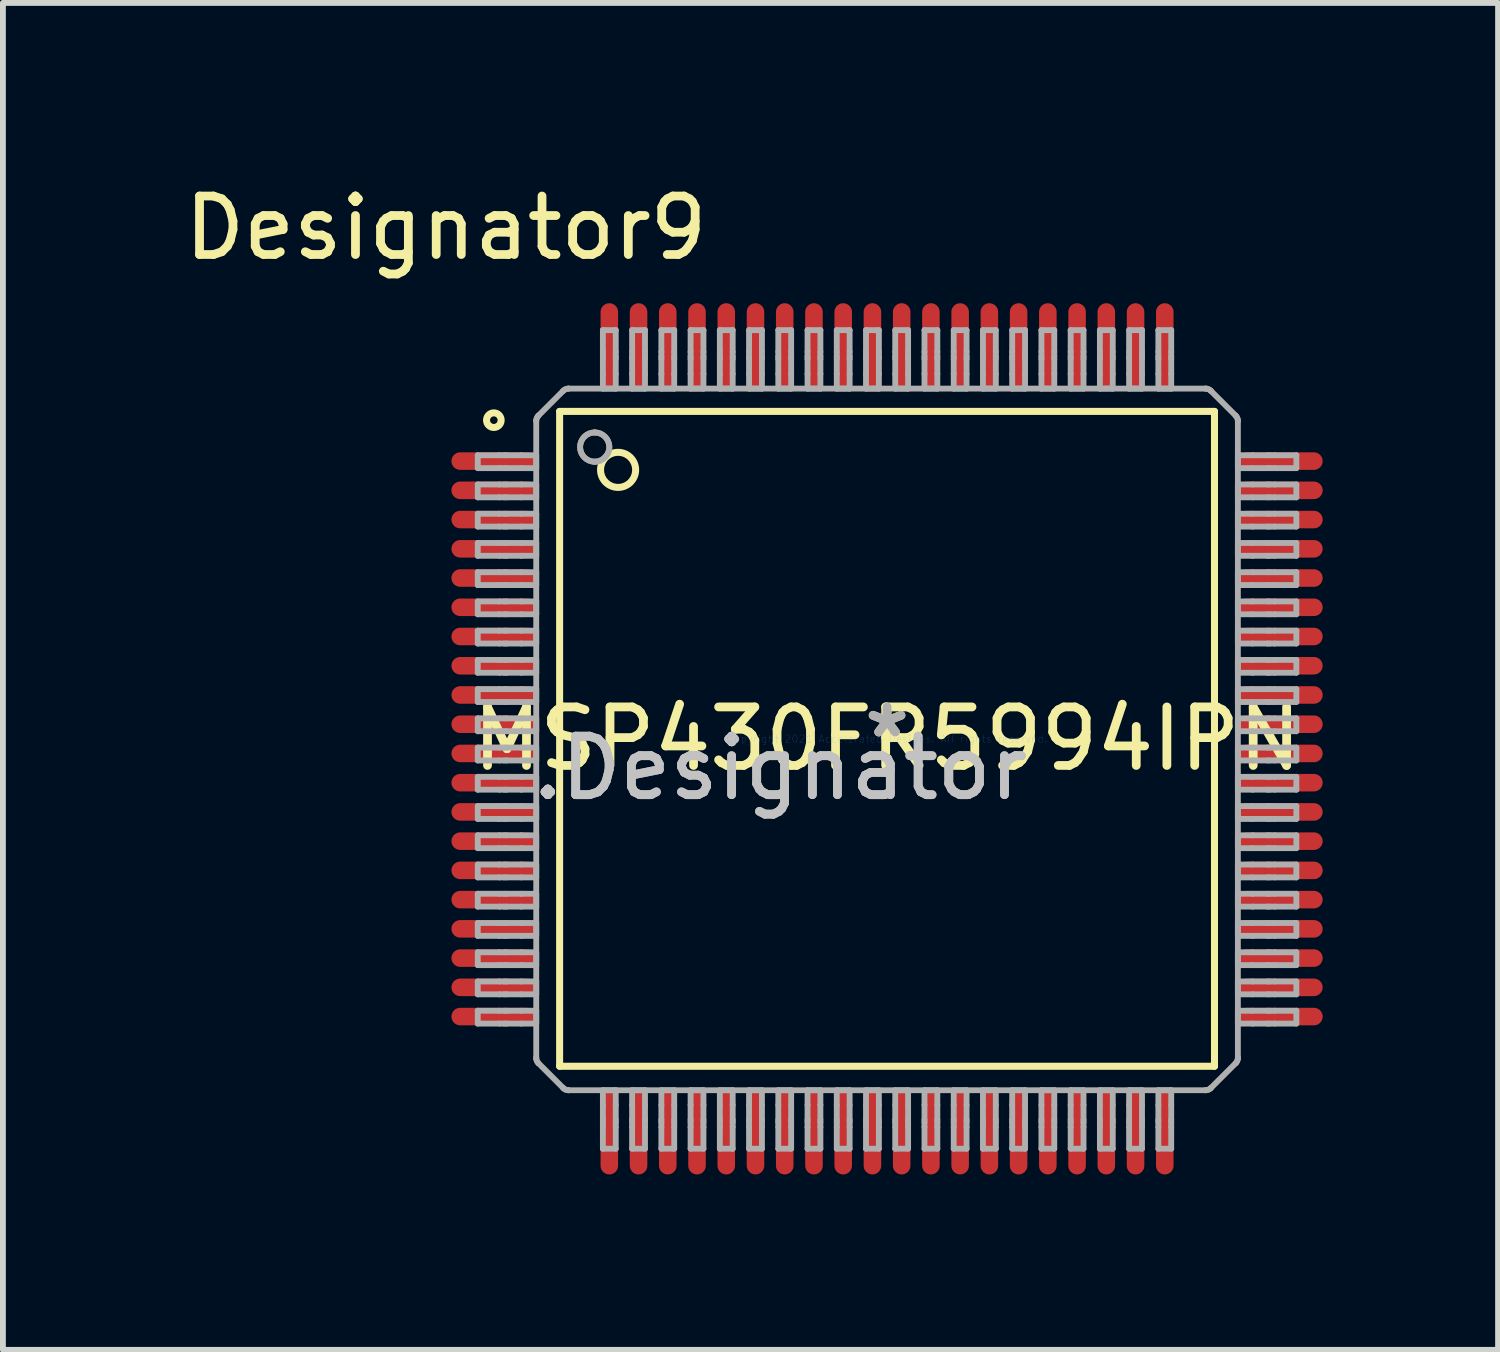
<source format=kicad_pcb>
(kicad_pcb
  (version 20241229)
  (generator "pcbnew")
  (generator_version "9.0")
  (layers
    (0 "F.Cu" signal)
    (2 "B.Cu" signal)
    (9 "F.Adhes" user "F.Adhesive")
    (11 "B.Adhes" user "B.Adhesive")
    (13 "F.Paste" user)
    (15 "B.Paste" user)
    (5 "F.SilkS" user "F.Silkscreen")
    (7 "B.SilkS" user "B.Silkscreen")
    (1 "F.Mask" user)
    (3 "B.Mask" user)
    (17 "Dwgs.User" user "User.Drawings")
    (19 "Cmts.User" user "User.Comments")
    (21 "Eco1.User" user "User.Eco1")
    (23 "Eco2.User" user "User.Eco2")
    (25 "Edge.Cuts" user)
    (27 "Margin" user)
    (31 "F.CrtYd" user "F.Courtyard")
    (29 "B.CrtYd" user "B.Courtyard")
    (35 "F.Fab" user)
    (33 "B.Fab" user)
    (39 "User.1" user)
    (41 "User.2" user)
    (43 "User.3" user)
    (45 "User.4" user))
  (footprint "MSP430FR5994IPN"
    (layer "F.Cu")
    (at 12.121 9.586)
    (property "Reference" "MSP430FR5994IPN" (at 0 0 0) (layer "F.SilkS") (effects (font (size 1 1) (thickness 0.15))))
    (attr through_hole)
    (fp_line (start -5.6 -5.6) (end 5.6 -5.6) (stroke (width 0.12) (type solid)) (layer "F.SilkS"))
    (fp_line (start -5.6 5.6) (end -5.6 -5.6) (stroke (width 0.12) (type solid)) (layer "F.SilkS"))
    (fp_line (start -5.6 5.6) (end 5.6 5.6) (stroke (width 0.12) (type solid)) (layer "F.SilkS"))
    (fp_line (start 5.6 5.6) (end 5.6 -5.6) (stroke (width 0.12) (type solid)) (layer "F.SilkS"))
    (fp_circle (center -6.725 -5.45) (end -6.6 -5.45) (stroke (width 0.12) (type solid)) (fill no) (layer "F.SilkS"))
    (fp_circle (center -4.6 -4.6) (end -4.3 -4.6) (stroke (width 0.12) (type solid)) (fill no) (layer "F.SilkS"))
    (fp_line (start -7 -4.85) (end -6.628 -4.85) (stroke (width 0.1) (type solid)) (layer "F.Fab"))
    (fp_line (start -7 -4.63) (end -7 -4.85) (stroke (width 0.1) (type solid)) (layer "F.Fab"))
    (fp_line (start -7 -4.63) (end -6.628 -4.63) (stroke (width 0.1) (type solid)) (layer "F.Fab"))
    (fp_line (start -7 -4.35) (end -6.628 -4.35) (stroke (width 0.1) (type solid)) (layer "F.Fab"))
    (fp_line (start -7 -4.13) (end -7 -4.35) (stroke (width 0.1) (type solid)) (layer "F.Fab"))
    (fp_line (start -7 -4.13) (end -6.628 -4.13) (stroke (width 0.1) (type solid)) (layer "F.Fab"))
    (fp_line (start -7 -3.85) (end -6.628 -3.85) (stroke (width 0.1) (type solid)) (layer "F.Fab"))
    (fp_line (start -7 -3.63) (end -7 -3.85) (stroke (width 0.1) (type solid)) (layer "F.Fab"))
    (fp_line (start -7 -3.63) (end -6.628 -3.63) (stroke (width 0.1) (type solid)) (layer "F.Fab"))
    (fp_line (start -7 -3.35) (end -6.628 -3.35) (stroke (width 0.1) (type solid)) (layer "F.Fab"))
    (fp_line (start -7 -3.13) (end -7 -3.35) (stroke (width 0.1) (type solid)) (layer "F.Fab"))
    (fp_line (start -7 -3.13) (end -6.628 -3.13) (stroke (width 0.1) (type solid)) (layer "F.Fab"))
    (fp_line (start -7 -2.85) (end -6.628 -2.85) (stroke (width 0.1) (type solid)) (layer "F.Fab"))
    (fp_line (start -7 -2.63) (end -7 -2.85) (stroke (width 0.1) (type solid)) (layer "F.Fab"))
    (fp_line (start -7 -2.63) (end -6.628 -2.63) (stroke (width 0.1) (type solid)) (layer "F.Fab"))
    (fp_line (start -7 -2.35) (end -6.628 -2.35) (stroke (width 0.1) (type solid)) (layer "F.Fab"))
    (fp_line (start -7 -2.13) (end -7 -2.35) (stroke (width 0.1) (type solid)) (layer "F.Fab"))
    (fp_line (start -7 -2.13) (end -6.628 -2.13) (stroke (width 0.1) (type solid)) (layer "F.Fab"))
    (fp_line (start -7 -1.85) (end -6.628 -1.85) (stroke (width 0.1) (type solid)) (layer "F.Fab"))
    (fp_line (start -7 -1.63) (end -7 -1.85) (stroke (width 0.1) (type solid)) (layer "F.Fab"))
    (fp_line (start -7 -1.63) (end -6.628 -1.63) (stroke (width 0.1) (type solid)) (layer "F.Fab"))
    (fp_line (start -7 -1.35) (end -6.628 -1.35) (stroke (width 0.1) (type solid)) (layer "F.Fab"))
    (fp_line (start -7 -1.13) (end -7 -1.35) (stroke (width 0.1) (type solid)) (layer "F.Fab"))
    (fp_line (start -7 -1.13) (end -6.628 -1.13) (stroke (width 0.1) (type solid)) (layer "F.Fab"))
    (fp_line (start -7 -0.85) (end -6.628 -0.85) (stroke (width 0.1) (type solid)) (layer "F.Fab"))
    (fp_line (start -7 -0.63) (end -7 -0.85) (stroke (width 0.1) (type solid)) (layer "F.Fab"))
    (fp_line (start -7 -0.63) (end -6.628 -0.63) (stroke (width 0.1) (type solid)) (layer "F.Fab"))
    (fp_line (start -7 -0.35) (end -6.628 -0.35) (stroke (width 0.1) (type solid)) (layer "F.Fab"))
    (fp_line (start -7 -0.13) (end -7 -0.35) (stroke (width 0.1) (type solid)) (layer "F.Fab"))
    (fp_line (start -7 -0.13) (end -6.628 -0.13) (stroke (width 0.1) (type solid)) (layer "F.Fab"))
    (fp_line (start -7 0.15) (end -6.628 0.15) (stroke (width 0.1) (type solid)) (layer "F.Fab"))
    (fp_line (start -7 0.37) (end -7 0.15) (stroke (width 0.1) (type solid)) (layer "F.Fab"))
    (fp_line (start -7 0.37) (end -6.628 0.37) (stroke (width 0.1) (type solid)) (layer "F.Fab"))
    (fp_line (start -7 0.65) (end -6.628 0.65) (stroke (width 0.1) (type solid)) (layer "F.Fab"))
    (fp_line (start -7 0.87) (end -7 0.65) (stroke (width 0.1) (type solid)) (layer "F.Fab"))
    (fp_line (start -7 0.87) (end -6.628 0.87) (stroke (width 0.1) (type solid)) (layer "F.Fab"))
    (fp_line (start -7 1.15) (end -6.628 1.15) (stroke (width 0.1) (type solid)) (layer "F.Fab"))
    (fp_line (start -7 1.37) (end -7 1.15) (stroke (width 0.1) (type solid)) (layer "F.Fab"))
    (fp_line (start -7 1.37) (end -6.628 1.37) (stroke (width 0.1) (type solid)) (layer "F.Fab"))
    (fp_line (start -7 1.65) (end -6.628 1.65) (stroke (width 0.1) (type solid)) (layer "F.Fab"))
    (fp_line (start -7 1.87) (end -7 1.65) (stroke (width 0.1) (type solid)) (layer "F.Fab"))
    (fp_line (start -7 1.87) (end -6.628 1.87) (stroke (width 0.1) (type solid)) (layer "F.Fab"))
    (fp_line (start -7 2.15) (end -6.628 2.15) (stroke (width 0.1) (type solid)) (layer "F.Fab"))
    (fp_line (start -7 2.37) (end -7 2.15) (stroke (width 0.1) (type solid)) (layer "F.Fab"))
    (fp_line (start -7 2.37) (end -6.628 2.37) (stroke (width 0.1) (type solid)) (layer "F.Fab"))
    (fp_line (start -7 2.65) (end -6.628 2.65) (stroke (width 0.1) (type solid)) (layer "F.Fab"))
    (fp_line (start -7 2.87) (end -7 2.65) (stroke (width 0.1) (type solid)) (layer "F.Fab"))
    (fp_line (start -7 2.87) (end -6.628 2.87) (stroke (width 0.1) (type solid)) (layer "F.Fab"))
    (fp_line (start -7 3.15) (end -6.628 3.15) (stroke (width 0.1) (type solid)) (layer "F.Fab"))
    (fp_line (start -7 3.37) (end -7 3.15) (stroke (width 0.1) (type solid)) (layer "F.Fab"))
    (fp_line (start -7 3.37) (end -6.628 3.37) (stroke (width 0.1) (type solid)) (layer "F.Fab"))
    (fp_line (start -7 3.65) (end -6.628 3.65) (stroke (width 0.1) (type solid)) (layer "F.Fab"))
    (fp_line (start -7 3.87) (end -7 3.65) (stroke (width 0.1) (type solid)) (layer "F.Fab"))
    (fp_line (start -7 3.87) (end -6.628 3.87) (stroke (width 0.1) (type solid)) (layer "F.Fab"))
    (fp_line (start -7 4.15) (end -6.628 4.15) (stroke (width 0.1) (type solid)) (layer "F.Fab"))
    (fp_line (start -7 4.37) (end -7 4.15) (stroke (width 0.1) (type solid)) (layer "F.Fab"))
    (fp_line (start -7 4.37) (end -6.628 4.37) (stroke (width 0.1) (type solid)) (layer "F.Fab"))
    (fp_line (start -7 4.65) (end -6.628 4.65) (stroke (width 0.1) (type solid)) (layer "F.Fab"))
    (fp_line (start -7 4.87) (end -7 4.65) (stroke (width 0.1) (type solid)) (layer "F.Fab"))
    (fp_line (start -7 4.87) (end -6.628 4.87) (stroke (width 0.1) (type solid)) (layer "F.Fab"))
    (fp_line (start -6.628 -4.85) (end -6.548 -4.85) (stroke (width 0.1) (type solid)) (layer "F.Fab"))
    (fp_line (start -6.628 -4.63) (end -6.548 -4.63) (stroke (width 0.1) (type solid)) (layer "F.Fab"))
    (fp_line (start -6.628 -4.35) (end -6.548 -4.35) (stroke (width 0.1) (type solid)) (layer "F.Fab"))
    (fp_line (start -6.628 -4.13) (end -6.548 -4.13) (stroke (width 0.1) (type solid)) (layer "F.Fab"))
    (fp_line (start -6.628 -3.85) (end -6.548 -3.85) (stroke (width 0.1) (type solid)) (layer "F.Fab"))
    (fp_line (start -6.628 -3.63) (end -6.548 -3.63) (stroke (width 0.1) (type solid)) (layer "F.Fab"))
    (fp_line (start -6.628 -3.35) (end -6.548 -3.35) (stroke (width 0.1) (type solid)) (layer "F.Fab"))
    (fp_line (start -6.628 -3.13) (end -6.548 -3.13) (stroke (width 0.1) (type solid)) (layer "F.Fab"))
    (fp_line (start -6.628 -2.85) (end -6.548 -2.85) (stroke (width 0.1) (type solid)) (layer "F.Fab"))
    (fp_line (start -6.628 -2.63) (end -6.548 -2.63) (stroke (width 0.1) (type solid)) (layer "F.Fab"))
    (fp_line (start -6.628 -2.35) (end -6.548 -2.35) (stroke (width 0.1) (type solid)) (layer "F.Fab"))
    (fp_line (start -6.628 -2.13) (end -6.548 -2.13) (stroke (width 0.1) (type solid)) (layer "F.Fab"))
    (fp_line (start -6.628 -1.85) (end -6.548 -1.85) (stroke (width 0.1) (type solid)) (layer "F.Fab"))
    (fp_line (start -6.628 -1.63) (end -6.548 -1.63) (stroke (width 0.1) (type solid)) (layer "F.Fab"))
    (fp_line (start -6.628 -1.35) (end -6.548 -1.35) (stroke (width 0.1) (type solid)) (layer "F.Fab"))
    (fp_line (start -6.628 -1.13) (end -6.548 -1.13) (stroke (width 0.1) (type solid)) (layer "F.Fab"))
    (fp_line (start -6.628 -0.85) (end -6.548 -0.85) (stroke (width 0.1) (type solid)) (layer "F.Fab"))
    (fp_line (start -6.628 -0.63) (end -6.548 -0.63) (stroke (width 0.1) (type solid)) (layer "F.Fab"))
    (fp_line (start -6.628 -0.35) (end -6.548 -0.35) (stroke (width 0.1) (type solid)) (layer "F.Fab"))
    (fp_line (start -6.628 -0.13) (end -6.548 -0.13) (stroke (width 0.1) (type solid)) (layer "F.Fab"))
    (fp_line (start -6.628 0.15) (end -6.548 0.15) (stroke (width 0.1) (type solid)) (layer "F.Fab"))
    (fp_line (start -6.628 0.37) (end -6.548 0.37) (stroke (width 0.1) (type solid)) (layer "F.Fab"))
    (fp_line (start -6.628 0.65) (end -6.548 0.65) (stroke (width 0.1) (type solid)) (layer "F.Fab"))
    (fp_line (start -6.628 0.87) (end -6.548 0.87) (stroke (width 0.1) (type solid)) (layer "F.Fab"))
    (fp_line (start -6.628 1.15) (end -6.548 1.15) (stroke (width 0.1) (type solid)) (layer "F.Fab"))
    (fp_line (start -6.628 1.37) (end -6.548 1.37) (stroke (width 0.1) (type solid)) (layer "F.Fab"))
    (fp_line (start -6.628 1.65) (end -6.548 1.65) (stroke (width 0.1) (type solid)) (layer "F.Fab"))
    (fp_line (start -6.628 1.87) (end -6.548 1.87) (stroke (width 0.1) (type solid)) (layer "F.Fab"))
    (fp_line (start -6.628 2.15) (end -6.548 2.15) (stroke (width 0.1) (type solid)) (layer "F.Fab"))
    (fp_line (start -6.628 2.37) (end -6.548 2.37) (stroke (width 0.1) (type solid)) (layer "F.Fab"))
    (fp_line (start -6.628 2.65) (end -6.548 2.65) (stroke (width 0.1) (type solid)) (layer "F.Fab"))
    (fp_line (start -6.628 2.87) (end -6.548 2.87) (stroke (width 0.1) (type solid)) (layer "F.Fab"))
    (fp_line (start -6.628 3.15) (end -6.548 3.15) (stroke (width 0.1) (type solid)) (layer "F.Fab"))
    (fp_line (start -6.628 3.37) (end -6.548 3.37) (stroke (width 0.1) (type solid)) (layer "F.Fab"))
    (fp_line (start -6.628 3.65) (end -6.548 3.65) (stroke (width 0.1) (type solid)) (layer "F.Fab"))
    (fp_line (start -6.628 3.87) (end -6.548 3.87) (stroke (width 0.1) (type solid)) (layer "F.Fab"))
    (fp_line (start -6.628 4.15) (end -6.548 4.15) (stroke (width 0.1) (type solid)) (layer "F.Fab"))
    (fp_line (start -6.628 4.37) (end -6.548 4.37) (stroke (width 0.1) (type solid)) (layer "F.Fab"))
    (fp_line (start -6.628 4.65) (end -6.548 4.65) (stroke (width 0.1) (type solid)) (layer "F.Fab"))
    (fp_line (start -6.628 4.87) (end -6.548 4.87) (stroke (width 0.1) (type solid)) (layer "F.Fab"))
    (fp_line (start -6.548 -4.85) (end -6.506 -4.85) (stroke (width 0.1) (type solid)) (layer "F.Fab"))
    (fp_line (start -6.548 -4.63) (end -6.506 -4.63) (stroke (width 0.1) (type solid)) (layer "F.Fab"))
    (fp_line (start -6.548 -4.35) (end -6.506 -4.35) (stroke (width 0.1) (type solid)) (layer "F.Fab"))
    (fp_line (start -6.548 -4.13) (end -6.506 -4.13) (stroke (width 0.1) (type solid)) (layer "F.Fab"))
    (fp_line (start -6.548 -3.85) (end -6.506 -3.85) (stroke (width 0.1) (type solid)) (layer "F.Fab"))
    (fp_line (start -6.548 -3.63) (end -6.506 -3.63) (stroke (width 0.1) (type solid)) (layer "F.Fab"))
    (fp_line (start -6.548 -3.35) (end -6.506 -3.35) (stroke (width 0.1) (type solid)) (layer "F.Fab"))
    (fp_line (start -6.548 -3.13) (end -6.506 -3.13) (stroke (width 0.1) (type solid)) (layer "F.Fab"))
    (fp_line (start -6.548 -2.85) (end -6.506 -2.85) (stroke (width 0.1) (type solid)) (layer "F.Fab"))
    (fp_line (start -6.548 -2.63) (end -6.506 -2.63) (stroke (width 0.1) (type solid)) (layer "F.Fab"))
    (fp_line (start -6.548 -2.35) (end -6.506 -2.35) (stroke (width 0.1) (type solid)) (layer "F.Fab"))
    (fp_line (start -6.548 -2.13) (end -6.506 -2.13) (stroke (width 0.1) (type solid)) (layer "F.Fab"))
    (fp_line (start -6.548 -1.85) (end -6.506 -1.85) (stroke (width 0.1) (type solid)) (layer "F.Fab"))
    (fp_line (start -6.548 -1.63) (end -6.506 -1.63) (stroke (width 0.1) (type solid)) (layer "F.Fab"))
    (fp_line (start -6.548 -1.35) (end -6.506 -1.35) (stroke (width 0.1) (type solid)) (layer "F.Fab"))
    (fp_line (start -6.548 -1.13) (end -6.506 -1.13) (stroke (width 0.1) (type solid)) (layer "F.Fab"))
    (fp_line (start -6.548 -0.85) (end -6.506 -0.85) (stroke (width 0.1) (type solid)) (layer "F.Fab"))
    (fp_line (start -6.548 -0.63) (end -6.506 -0.63) (stroke (width 0.1) (type solid)) (layer "F.Fab"))
    (fp_line (start -6.548 -0.35) (end -6.506 -0.35) (stroke (width 0.1) (type solid)) (layer "F.Fab"))
    (fp_line (start -6.548 -0.13) (end -6.506 -0.13) (stroke (width 0.1) (type solid)) (layer "F.Fab"))
    (fp_line (start -6.548 0.15) (end -6.506 0.15) (stroke (width 0.1) (type solid)) (layer "F.Fab"))
    (fp_line (start -6.548 0.37) (end -6.506 0.37) (stroke (width 0.1) (type solid)) (layer "F.Fab"))
    (fp_line (start -6.548 0.65) (end -6.506 0.65) (stroke (width 0.1) (type solid)) (layer "F.Fab"))
    (fp_line (start -6.548 0.87) (end -6.506 0.87) (stroke (width 0.1) (type solid)) (layer "F.Fab"))
    (fp_line (start -6.548 1.15) (end -6.506 1.15) (stroke (width 0.1) (type solid)) (layer "F.Fab"))
    (fp_line (start -6.548 1.37) (end -6.506 1.37) (stroke (width 0.1) (type solid)) (layer "F.Fab"))
    (fp_line (start -6.548 1.65) (end -6.506 1.65) (stroke (width 0.1) (type solid)) (layer "F.Fab"))
    (fp_line (start -6.548 1.87) (end -6.506 1.87) (stroke (width 0.1) (type solid)) (layer "F.Fab"))
    (fp_line (start -6.548 2.15) (end -6.506 2.15) (stroke (width 0.1) (type solid)) (layer "F.Fab"))
    (fp_line (start -6.548 2.37) (end -6.506 2.37) (stroke (width 0.1) (type solid)) (layer "F.Fab"))
    (fp_line (start -6.548 2.65) (end -6.506 2.65) (stroke (width 0.1) (type solid)) (layer "F.Fab"))
    (fp_line (start -6.548 2.87) (end -6.506 2.87) (stroke (width 0.1) (type solid)) (layer "F.Fab"))
    (fp_line (start -6.548 3.15) (end -6.506 3.15) (stroke (width 0.1) (type solid)) (layer "F.Fab"))
    (fp_line (start -6.548 3.37) (end -6.506 3.37) (stroke (width 0.1) (type solid)) (layer "F.Fab"))
    (fp_line (start -6.548 3.65) (end -6.506 3.65) (stroke (width 0.1) (type solid)) (layer "F.Fab"))
    (fp_line (start -6.548 3.87) (end -6.506 3.87) (stroke (width 0.1) (type solid)) (layer "F.Fab"))
    (fp_line (start -6.548 4.15) (end -6.506 4.15) (stroke (width 0.1) (type solid)) (layer "F.Fab"))
    (fp_line (start -6.548 4.37) (end -6.506 4.37) (stroke (width 0.1) (type solid)) (layer "F.Fab"))
    (fp_line (start -6.548 4.65) (end -6.506 4.65) (stroke (width 0.1) (type solid)) (layer "F.Fab"))
    (fp_line (start -6.548 4.87) (end -6.506 4.87) (stroke (width 0.1) (type solid)) (layer "F.Fab"))
    (fp_line (start -6.506 -4.85) (end -6.252 -4.85) (stroke (width 0.1) (type solid)) (layer "F.Fab"))
    (fp_line (start -6.506 -4.63) (end -6.252 -4.63) (stroke (width 0.1) (type solid)) (layer "F.Fab"))
    (fp_line (start -6.506 -4.35) (end -6.252 -4.35) (stroke (width 0.1) (type solid)) (layer "F.Fab"))
    (fp_line (start -6.506 -4.13) (end -6.252 -4.13) (stroke (width 0.1) (type solid)) (layer "F.Fab"))
    (fp_line (start -6.506 -3.85) (end -6.252 -3.85) (stroke (width 0.1) (type solid)) (layer "F.Fab"))
    (fp_line (start -6.506 -3.63) (end -6.252 -3.63) (stroke (width 0.1) (type solid)) (layer "F.Fab"))
    (fp_line (start -6.506 -3.35) (end -6.252 -3.35) (stroke (width 0.1) (type solid)) (layer "F.Fab"))
    (fp_line (start -6.506 -3.13) (end -6.252 -3.13) (stroke (width 0.1) (type solid)) (layer "F.Fab"))
    (fp_line (start -6.506 -2.85) (end -6.252 -2.85) (stroke (width 0.1) (type solid)) (layer "F.Fab"))
    (fp_line (start -6.506 -2.63) (end -6.252 -2.63) (stroke (width 0.1) (type solid)) (layer "F.Fab"))
    (fp_line (start -6.506 -2.35) (end -6.252 -2.35) (stroke (width 0.1) (type solid)) (layer "F.Fab"))
    (fp_line (start -6.506 -2.13) (end -6.252 -2.13) (stroke (width 0.1) (type solid)) (layer "F.Fab"))
    (fp_line (start -6.506 -1.85) (end -6.252 -1.85) (stroke (width 0.1) (type solid)) (layer "F.Fab"))
    (fp_line (start -6.506 -1.63) (end -6.252 -1.63) (stroke (width 0.1) (type solid)) (layer "F.Fab"))
    (fp_line (start -6.506 -1.35) (end -6.252 -1.35) (stroke (width 0.1) (type solid)) (layer "F.Fab"))
    (fp_line (start -6.506 -1.13) (end -6.252 -1.13) (stroke (width 0.1) (type solid)) (layer "F.Fab"))
    (fp_line (start -6.506 -0.85) (end -6.252 -0.85) (stroke (width 0.1) (type solid)) (layer "F.Fab"))
    (fp_line (start -6.506 -0.63) (end -6.252 -0.63) (stroke (width 0.1) (type solid)) (layer "F.Fab"))
    (fp_line (start -6.506 -0.35) (end -6.252 -0.35) (stroke (width 0.1) (type solid)) (layer "F.Fab"))
    (fp_line (start -6.506 -0.13) (end -6.252 -0.13) (stroke (width 0.1) (type solid)) (layer "F.Fab"))
    (fp_line (start -6.506 0.15) (end -6.252 0.15) (stroke (width 0.1) (type solid)) (layer "F.Fab"))
    (fp_line (start -6.506 0.37) (end -6.252 0.37) (stroke (width 0.1) (type solid)) (layer "F.Fab"))
    (fp_line (start -6.506 0.65) (end -6.252 0.65) (stroke (width 0.1) (type solid)) (layer "F.Fab"))
    (fp_line (start -6.506 0.87) (end -6.252 0.87) (stroke (width 0.1) (type solid)) (layer "F.Fab"))
    (fp_line (start -6.506 1.15) (end -6.252 1.15) (stroke (width 0.1) (type solid)) (layer "F.Fab"))
    (fp_line (start -6.506 1.37) (end -6.252 1.37) (stroke (width 0.1) (type solid)) (layer "F.Fab"))
    (fp_line (start -6.506 1.65) (end -6.252 1.65) (stroke (width 0.1) (type solid)) (layer "F.Fab"))
    (fp_line (start -6.506 1.87) (end -6.252 1.87) (stroke (width 0.1) (type solid)) (layer "F.Fab"))
    (fp_line (start -6.506 2.15) (end -6.252 2.15) (stroke (width 0.1) (type solid)) (layer "F.Fab"))
    (fp_line (start -6.506 2.37) (end -6.252 2.37) (stroke (width 0.1) (type solid)) (layer "F.Fab"))
    (fp_line (start -6.506 2.65) (end -6.252 2.65) (stroke (width 0.1) (type solid)) (layer "F.Fab"))
    (fp_line (start -6.506 2.87) (end -6.252 2.87) (stroke (width 0.1) (type solid)) (layer "F.Fab"))
    (fp_line (start -6.506 3.15) (end -6.252 3.15) (stroke (width 0.1) (type solid)) (layer "F.Fab"))
    (fp_line (start -6.506 3.37) (end -6.252 3.37) (stroke (width 0.1) (type solid)) (layer "F.Fab"))
    (fp_line (start -6.506 3.65) (end -6.252 3.65) (stroke (width 0.1) (type solid)) (layer "F.Fab"))
    (fp_line (start -6.506 3.87) (end -6.252 3.87) (stroke (width 0.1) (type solid)) (layer "F.Fab"))
    (fp_line (start -6.506 4.15) (end -6.252 4.15) (stroke (width 0.1) (type solid)) (layer "F.Fab"))
    (fp_line (start -6.506 4.37) (end -6.252 4.37) (stroke (width 0.1) (type solid)) (layer "F.Fab"))
    (fp_line (start -6.506 4.65) (end -6.252 4.65) (stroke (width 0.1) (type solid)) (layer "F.Fab"))
    (fp_line (start -6.506 4.87) (end -6.252 4.87) (stroke (width 0.1) (type solid)) (layer "F.Fab"))
    (fp_line (start -6.252 -4.85) (end -6 -4.85) (stroke (width 0.1) (type solid)) (layer "F.Fab"))
    (fp_line (start -6.252 -4.63) (end -6 -4.63) (stroke (width 0.1) (type solid)) (layer "F.Fab"))
    (fp_line (start -6.252 -4.35) (end -6 -4.35) (stroke (width 0.1) (type solid)) (layer "F.Fab"))
    (fp_line (start -6.252 -4.13) (end -6 -4.13) (stroke (width 0.1) (type solid)) (layer "F.Fab"))
    (fp_line (start -6.252 -3.85) (end -6 -3.85) (stroke (width 0.1) (type solid)) (layer "F.Fab"))
    (fp_line (start -6.252 -3.63) (end -6 -3.63) (stroke (width 0.1) (type solid)) (layer "F.Fab"))
    (fp_line (start -6.252 -3.35) (end -6 -3.35) (stroke (width 0.1) (type solid)) (layer "F.Fab"))
    (fp_line (start -6.252 -3.13) (end -6 -3.13) (stroke (width 0.1) (type solid)) (layer "F.Fab"))
    (fp_line (start -6.252 -2.85) (end -6 -2.85) (stroke (width 0.1) (type solid)) (layer "F.Fab"))
    (fp_line (start -6.252 -2.63) (end -6 -2.63) (stroke (width 0.1) (type solid)) (layer "F.Fab"))
    (fp_line (start -6.252 -2.35) (end -6 -2.35) (stroke (width 0.1) (type solid)) (layer "F.Fab"))
    (fp_line (start -6.252 -2.13) (end -6 -2.13) (stroke (width 0.1) (type solid)) (layer "F.Fab"))
    (fp_line (start -6.252 -1.85) (end -6 -1.85) (stroke (width 0.1) (type solid)) (layer "F.Fab"))
    (fp_line (start -6.252 -1.63) (end -6 -1.63) (stroke (width 0.1) (type solid)) (layer "F.Fab"))
    (fp_line (start -6.252 -1.35) (end -6 -1.35) (stroke (width 0.1) (type solid)) (layer "F.Fab"))
    (fp_line (start -6.252 -1.13) (end -6 -1.13) (stroke (width 0.1) (type solid)) (layer "F.Fab"))
    (fp_line (start -6.252 -0.85) (end -6 -0.85) (stroke (width 0.1) (type solid)) (layer "F.Fab"))
    (fp_line (start -6.252 -0.63) (end -6 -0.63) (stroke (width 0.1) (type solid)) (layer "F.Fab"))
    (fp_line (start -6.252 -0.35) (end -6 -0.35) (stroke (width 0.1) (type solid)) (layer "F.Fab"))
    (fp_line (start -6.252 -0.13) (end -6 -0.13) (stroke (width 0.1) (type solid)) (layer "F.Fab"))
    (fp_line (start -6.252 0.15) (end -6 0.15) (stroke (width 0.1) (type solid)) (layer "F.Fab"))
    (fp_line (start -6.252 0.37) (end -6 0.37) (stroke (width 0.1) (type solid)) (layer "F.Fab"))
    (fp_line (start -6.252 0.65) (end -6 0.65) (stroke (width 0.1) (type solid)) (layer "F.Fab"))
    (fp_line (start -6.252 0.87) (end -6 0.87) (stroke (width 0.1) (type solid)) (layer "F.Fab"))
    (fp_line (start -6.252 1.15) (end -6 1.15) (stroke (width 0.1) (type solid)) (layer "F.Fab"))
    (fp_line (start -6.252 1.37) (end -6 1.37) (stroke (width 0.1) (type solid)) (layer "F.Fab"))
    (fp_line (start -6.252 1.65) (end -6 1.65) (stroke (width 0.1) (type solid)) (layer "F.Fab"))
    (fp_line (start -6.252 1.87) (end -6 1.87) (stroke (width 0.1) (type solid)) (layer "F.Fab"))
    (fp_line (start -6.252 2.15) (end -6 2.15) (stroke (width 0.1) (type solid)) (layer "F.Fab"))
    (fp_line (start -6.252 2.37) (end -6 2.37) (stroke (width 0.1) (type solid)) (layer "F.Fab"))
    (fp_line (start -6.252 2.65) (end -6 2.65) (stroke (width 0.1) (type solid)) (layer "F.Fab"))
    (fp_line (start -6.252 2.87) (end -6 2.87) (stroke (width 0.1) (type solid)) (layer "F.Fab"))
    (fp_line (start -6.252 3.15) (end -6 3.15) (stroke (width 0.1) (type solid)) (layer "F.Fab"))
    (fp_line (start -6.252 3.37) (end -6 3.37) (stroke (width 0.1) (type solid)) (layer "F.Fab"))
    (fp_line (start -6.252 3.65) (end -6 3.65) (stroke (width 0.1) (type solid)) (layer "F.Fab"))
    (fp_line (start -6.252 3.87) (end -6 3.87) (stroke (width 0.1) (type solid)) (layer "F.Fab"))
    (fp_line (start -6.252 4.15) (end -6 4.15) (stroke (width 0.1) (type solid)) (layer "F.Fab"))
    (fp_line (start -6.252 4.37) (end -6 4.37) (stroke (width 0.1) (type solid)) (layer "F.Fab"))
    (fp_line (start -6.252 4.65) (end -6 4.65) (stroke (width 0.1) (type solid)) (layer "F.Fab"))
    (fp_line (start -6.252 4.87) (end -6 4.87) (stroke (width 0.1) (type solid)) (layer "F.Fab"))
    (fp_line (start -6 -4.63) (end -6 -4.85) (stroke (width 0.1) (type solid)) (layer "F.Fab"))
    (fp_line (start -6 -4.13) (end -6 -4.35) (stroke (width 0.1) (type solid)) (layer "F.Fab"))
    (fp_line (start -6 -3.63) (end -6 -3.85) (stroke (width 0.1) (type solid)) (layer "F.Fab"))
    (fp_line (start -6 -3.13) (end -6 -3.35) (stroke (width 0.1) (type solid)) (layer "F.Fab"))
    (fp_line (start -6 -2.63) (end -6 -2.85) (stroke (width 0.1) (type solid)) (layer "F.Fab"))
    (fp_line (start -6 -2.13) (end -6 -2.35) (stroke (width 0.1) (type solid)) (layer "F.Fab"))
    (fp_line (start -6 -1.63) (end -6 -1.85) (stroke (width 0.1) (type solid)) (layer "F.Fab"))
    (fp_line (start -6 -1.13) (end -6 -1.35) (stroke (width 0.1) (type solid)) (layer "F.Fab"))
    (fp_line (start -6 -0.63) (end -6 -0.85) (stroke (width 0.1) (type solid)) (layer "F.Fab"))
    (fp_line (start -6 -0.13) (end -6 -0.35) (stroke (width 0.1) (type solid)) (layer "F.Fab"))
    (fp_line (start -6 0.37) (end -6 0.15) (stroke (width 0.1) (type solid)) (layer "F.Fab"))
    (fp_line (start -6 0.87) (end -6 0.65) (stroke (width 0.1) (type solid)) (layer "F.Fab"))
    (fp_line (start -6 1.37) (end -6 1.15) (stroke (width 0.1) (type solid)) (layer "F.Fab"))
    (fp_line (start -6 1.87) (end -6 1.65) (stroke (width 0.1) (type solid)) (layer "F.Fab"))
    (fp_line (start -6 2.37) (end -6 2.15) (stroke (width 0.1) (type solid)) (layer "F.Fab"))
    (fp_line (start -6 2.87) (end -6 2.65) (stroke (width 0.1) (type solid)) (layer "F.Fab"))
    (fp_line (start -6 3.37) (end -6 3.15) (stroke (width 0.1) (type solid)) (layer "F.Fab"))
    (fp_line (start -6 3.87) (end -6 3.65) (stroke (width 0.1) (type solid)) (layer "F.Fab"))
    (fp_line (start -6 4.37) (end -6 4.15) (stroke (width 0.1) (type solid)) (layer "F.Fab"))
    (fp_line (start -6 4.87) (end -6 4.65) (stroke (width 0.1) (type solid)) (layer "F.Fab"))
    (fp_line (start -6 5.458) (end -6 -5.438) (stroke (width 0.1) (type solid)) (layer "F.Fab"))
    (fp_line (start -5.963 -5.527) (end -5.537 -5.953) (stroke (width 0.1) (type solid)) (layer "F.Fab"))
    (fp_line (start -5.963 5.547) (end -5.537 5.973) (stroke (width 0.1) (type solid)) (layer "F.Fab"))
    (fp_line (start -5.448 -5.99) (end 5.448 -5.99) (stroke (width 0.1) (type solid)) (layer "F.Fab"))
    (fp_line (start -5.448 6.01) (end 5.448 6.01) (stroke (width 0.1) (type solid)) (layer "F.Fab"))
    (fp_line (start -4.86 -6.99) (end -4.64 -6.99) (stroke (width 0.1) (type solid)) (layer "F.Fab"))
    (fp_line (start -4.86 -6.618) (end -4.86 -6.99) (stroke (width 0.1) (type solid)) (layer "F.Fab"))
    (fp_line (start -4.86 -6.538) (end -4.86 -6.618) (stroke (width 0.1) (type solid)) (layer "F.Fab"))
    (fp_line (start -4.86 -6.496) (end -4.86 -6.538) (stroke (width 0.1) (type solid)) (layer "F.Fab"))
    (fp_line (start -4.86 -6.242) (end -4.86 -6.496) (stroke (width 0.1) (type solid)) (layer "F.Fab"))
    (fp_line (start -4.86 -5.99) (end -4.86 -6.242) (stroke (width 0.1) (type solid)) (layer "F.Fab"))
    (fp_line (start -4.86 -5.99) (end -4.64 -5.99) (stroke (width 0.1) (type solid)) (layer "F.Fab"))
    (fp_line (start -4.86 6.01) (end -4.64 6.01) (stroke (width 0.1) (type solid)) (layer "F.Fab"))
    (fp_line (start -4.86 6.262) (end -4.86 6.01) (stroke (width 0.1) (type solid)) (layer "F.Fab"))
    (fp_line (start -4.86 6.516) (end -4.86 6.262) (stroke (width 0.1) (type solid)) (layer "F.Fab"))
    (fp_line (start -4.86 6.558) (end -4.86 6.516) (stroke (width 0.1) (type solid)) (layer "F.Fab"))
    (fp_line (start -4.86 6.638) (end -4.86 6.558) (stroke (width 0.1) (type solid)) (layer "F.Fab"))
    (fp_line (start -4.86 7.01) (end -4.86 6.638) (stroke (width 0.1) (type solid)) (layer "F.Fab"))
    (fp_line (start -4.86 7.01) (end -4.64 7.01) (stroke (width 0.1) (type solid)) (layer "F.Fab"))
    (fp_line (start -4.64 -6.618) (end -4.64 -6.99) (stroke (width 0.1) (type solid)) (layer "F.Fab"))
    (fp_line (start -4.64 -6.538) (end -4.64 -6.618) (stroke (width 0.1) (type solid)) (layer "F.Fab"))
    (fp_line (start -4.64 -6.496) (end -4.64 -6.538) (stroke (width 0.1) (type solid)) (layer "F.Fab"))
    (fp_line (start -4.64 -6.242) (end -4.64 -6.496) (stroke (width 0.1) (type solid)) (layer "F.Fab"))
    (fp_line (start -4.64 -5.99) (end -4.64 -6.242) (stroke (width 0.1) (type solid)) (layer "F.Fab"))
    (fp_line (start -4.64 6.262) (end -4.64 6.01) (stroke (width 0.1) (type solid)) (layer "F.Fab"))
    (fp_line (start -4.64 6.516) (end -4.64 6.262) (stroke (width 0.1) (type solid)) (layer "F.Fab"))
    (fp_line (start -4.64 6.558) (end -4.64 6.516) (stroke (width 0.1) (type solid)) (layer "F.Fab"))
    (fp_line (start -4.64 6.638) (end -4.64 6.558) (stroke (width 0.1) (type solid)) (layer "F.Fab"))
    (fp_line (start -4.64 7.01) (end -4.64 6.638) (stroke (width 0.1) (type solid)) (layer "F.Fab"))
    (fp_line (start -4.36 -6.99) (end -4.14 -6.99) (stroke (width 0.1) (type solid)) (layer "F.Fab"))
    (fp_line (start -4.36 -6.618) (end -4.36 -6.99) (stroke (width 0.1) (type solid)) (layer "F.Fab"))
    (fp_line (start -4.36 -6.538) (end -4.36 -6.618) (stroke (width 0.1) (type solid)) (layer "F.Fab"))
    (fp_line (start -4.36 -6.496) (end -4.36 -6.538) (stroke (width 0.1) (type solid)) (layer "F.Fab"))
    (fp_line (start -4.36 -6.242) (end -4.36 -6.496) (stroke (width 0.1) (type solid)) (layer "F.Fab"))
    (fp_line (start -4.36 -5.99) (end -4.36 -6.242) (stroke (width 0.1) (type solid)) (layer "F.Fab"))
    (fp_line (start -4.36 -5.99) (end -4.14 -5.99) (stroke (width 0.1) (type solid)) (layer "F.Fab"))
    (fp_line (start -4.36 6.01) (end -4.14 6.01) (stroke (width 0.1) (type solid)) (layer "F.Fab"))
    (fp_line (start -4.36 6.262) (end -4.36 6.01) (stroke (width 0.1) (type solid)) (layer "F.Fab"))
    (fp_line (start -4.36 6.516) (end -4.36 6.262) (stroke (width 0.1) (type solid)) (layer "F.Fab"))
    (fp_line (start -4.36 6.558) (end -4.36 6.516) (stroke (width 0.1) (type solid)) (layer "F.Fab"))
    (fp_line (start -4.36 6.638) (end -4.36 6.558) (stroke (width 0.1) (type solid)) (layer "F.Fab"))
    (fp_line (start -4.36 7.01) (end -4.36 6.638) (stroke (width 0.1) (type solid)) (layer "F.Fab"))
    (fp_line (start -4.36 7.01) (end -4.14 7.01) (stroke (width 0.1) (type solid)) (layer "F.Fab"))
    (fp_line (start -4.14 -6.618) (end -4.14 -6.99) (stroke (width 0.1) (type solid)) (layer "F.Fab"))
    (fp_line (start -4.14 -6.538) (end -4.14 -6.618) (stroke (width 0.1) (type solid)) (layer "F.Fab"))
    (fp_line (start -4.14 -6.496) (end -4.14 -6.538) (stroke (width 0.1) (type solid)) (layer "F.Fab"))
    (fp_line (start -4.14 -6.242) (end -4.14 -6.496) (stroke (width 0.1) (type solid)) (layer "F.Fab"))
    (fp_line (start -4.14 -5.99) (end -4.14 -6.242) (stroke (width 0.1) (type solid)) (layer "F.Fab"))
    (fp_line (start -4.14 6.262) (end -4.14 6.01) (stroke (width 0.1) (type solid)) (layer "F.Fab"))
    (fp_line (start -4.14 6.516) (end -4.14 6.262) (stroke (width 0.1) (type solid)) (layer "F.Fab"))
    (fp_line (start -4.14 6.558) (end -4.14 6.516) (stroke (width 0.1) (type solid)) (layer "F.Fab"))
    (fp_line (start -4.14 6.638) (end -4.14 6.558) (stroke (width 0.1) (type solid)) (layer "F.Fab"))
    (fp_line (start -4.14 7.01) (end -4.14 6.638) (stroke (width 0.1) (type solid)) (layer "F.Fab"))
    (fp_line (start -3.86 -6.99) (end -3.64 -6.99) (stroke (width 0.1) (type solid)) (layer "F.Fab"))
    (fp_line (start -3.86 -6.618) (end -3.86 -6.99) (stroke (width 0.1) (type solid)) (layer "F.Fab"))
    (fp_line (start -3.86 -6.538) (end -3.86 -6.618) (stroke (width 0.1) (type solid)) (layer "F.Fab"))
    (fp_line (start -3.86 -6.496) (end -3.86 -6.538) (stroke (width 0.1) (type solid)) (layer "F.Fab"))
    (fp_line (start -3.86 -6.242) (end -3.86 -6.496) (stroke (width 0.1) (type solid)) (layer "F.Fab"))
    (fp_line (start -3.86 -5.99) (end -3.86 -6.242) (stroke (width 0.1) (type solid)) (layer "F.Fab"))
    (fp_line (start -3.86 -5.99) (end -3.64 -5.99) (stroke (width 0.1) (type solid)) (layer "F.Fab"))
    (fp_line (start -3.86 6.01) (end -3.64 6.01) (stroke (width 0.1) (type solid)) (layer "F.Fab"))
    (fp_line (start -3.86 6.262) (end -3.86 6.01) (stroke (width 0.1) (type solid)) (layer "F.Fab"))
    (fp_line (start -3.86 6.516) (end -3.86 6.262) (stroke (width 0.1) (type solid)) (layer "F.Fab"))
    (fp_line (start -3.86 6.558) (end -3.86 6.516) (stroke (width 0.1) (type solid)) (layer "F.Fab"))
    (fp_line (start -3.86 6.638) (end -3.86 6.558) (stroke (width 0.1) (type solid)) (layer "F.Fab"))
    (fp_line (start -3.86 7.01) (end -3.86 6.638) (stroke (width 0.1) (type solid)) (layer "F.Fab"))
    (fp_line (start -3.86 7.01) (end -3.64 7.01) (stroke (width 0.1) (type solid)) (layer "F.Fab"))
    (fp_line (start -3.64 -6.618) (end -3.64 -6.99) (stroke (width 0.1) (type solid)) (layer "F.Fab"))
    (fp_line (start -3.64 -6.538) (end -3.64 -6.618) (stroke (width 0.1) (type solid)) (layer "F.Fab"))
    (fp_line (start -3.64 -6.496) (end -3.64 -6.538) (stroke (width 0.1) (type solid)) (layer "F.Fab"))
    (fp_line (start -3.64 -6.242) (end -3.64 -6.496) (stroke (width 0.1) (type solid)) (layer "F.Fab"))
    (fp_line (start -3.64 -5.99) (end -3.64 -6.242) (stroke (width 0.1) (type solid)) (layer "F.Fab"))
    (fp_line (start -3.64 6.262) (end -3.64 6.01) (stroke (width 0.1) (type solid)) (layer "F.Fab"))
    (fp_line (start -3.64 6.516) (end -3.64 6.262) (stroke (width 0.1) (type solid)) (layer "F.Fab"))
    (fp_line (start -3.64 6.558) (end -3.64 6.516) (stroke (width 0.1) (type solid)) (layer "F.Fab"))
    (fp_line (start -3.64 6.638) (end -3.64 6.558) (stroke (width 0.1) (type solid)) (layer "F.Fab"))
    (fp_line (start -3.64 7.01) (end -3.64 6.638) (stroke (width 0.1) (type solid)) (layer "F.Fab"))
    (fp_line (start -3.36 -6.99) (end -3.14 -6.99) (stroke (width 0.1) (type solid)) (layer "F.Fab"))
    (fp_line (start -3.36 -6.618) (end -3.36 -6.99) (stroke (width 0.1) (type solid)) (layer "F.Fab"))
    (fp_line (start -3.36 -6.538) (end -3.36 -6.618) (stroke (width 0.1) (type solid)) (layer "F.Fab"))
    (fp_line (start -3.36 -6.496) (end -3.36 -6.538) (stroke (width 0.1) (type solid)) (layer "F.Fab"))
    (fp_line (start -3.36 -6.242) (end -3.36 -6.496) (stroke (width 0.1) (type solid)) (layer "F.Fab"))
    (fp_line (start -3.36 -5.99) (end -3.36 -6.242) (stroke (width 0.1) (type solid)) (layer "F.Fab"))
    (fp_line (start -3.36 -5.99) (end -3.14 -5.99) (stroke (width 0.1) (type solid)) (layer "F.Fab"))
    (fp_line (start -3.36 6.01) (end -3.14 6.01) (stroke (width 0.1) (type solid)) (layer "F.Fab"))
    (fp_line (start -3.36 6.262) (end -3.36 6.01) (stroke (width 0.1) (type solid)) (layer "F.Fab"))
    (fp_line (start -3.36 6.516) (end -3.36 6.262) (stroke (width 0.1) (type solid)) (layer "F.Fab"))
    (fp_line (start -3.36 6.558) (end -3.36 6.516) (stroke (width 0.1) (type solid)) (layer "F.Fab"))
    (fp_line (start -3.36 6.638) (end -3.36 6.558) (stroke (width 0.1) (type solid)) (layer "F.Fab"))
    (fp_line (start -3.36 7.01) (end -3.36 6.638) (stroke (width 0.1) (type solid)) (layer "F.Fab"))
    (fp_line (start -3.36 7.01) (end -3.14 7.01) (stroke (width 0.1) (type solid)) (layer "F.Fab"))
    (fp_line (start -3.14 -6.618) (end -3.14 -6.99) (stroke (width 0.1) (type solid)) (layer "F.Fab"))
    (fp_line (start -3.14 -6.538) (end -3.14 -6.618) (stroke (width 0.1) (type solid)) (layer "F.Fab"))
    (fp_line (start -3.14 -6.496) (end -3.14 -6.538) (stroke (width 0.1) (type solid)) (layer "F.Fab"))
    (fp_line (start -3.14 -6.242) (end -3.14 -6.496) (stroke (width 0.1) (type solid)) (layer "F.Fab"))
    (fp_line (start -3.14 -5.99) (end -3.14 -6.242) (stroke (width 0.1) (type solid)) (layer "F.Fab"))
    (fp_line (start -3.14 6.262) (end -3.14 6.01) (stroke (width 0.1) (type solid)) (layer "F.Fab"))
    (fp_line (start -3.14 6.516) (end -3.14 6.262) (stroke (width 0.1) (type solid)) (layer "F.Fab"))
    (fp_line (start -3.14 6.558) (end -3.14 6.516) (stroke (width 0.1) (type solid)) (layer "F.Fab"))
    (fp_line (start -3.14 6.638) (end -3.14 6.558) (stroke (width 0.1) (type solid)) (layer "F.Fab"))
    (fp_line (start -3.14 7.01) (end -3.14 6.638) (stroke (width 0.1) (type solid)) (layer "F.Fab"))
    (fp_line (start -2.86 -6.99) (end -2.64 -6.99) (stroke (width 0.1) (type solid)) (layer "F.Fab"))
    (fp_line (start -2.86 -6.618) (end -2.86 -6.99) (stroke (width 0.1) (type solid)) (layer "F.Fab"))
    (fp_line (start -2.86 -6.538) (end -2.86 -6.618) (stroke (width 0.1) (type solid)) (layer "F.Fab"))
    (fp_line (start -2.86 -6.496) (end -2.86 -6.538) (stroke (width 0.1) (type solid)) (layer "F.Fab"))
    (fp_line (start -2.86 -6.242) (end -2.86 -6.496) (stroke (width 0.1) (type solid)) (layer "F.Fab"))
    (fp_line (start -2.86 -5.99) (end -2.86 -6.242) (stroke (width 0.1) (type solid)) (layer "F.Fab"))
    (fp_line (start -2.86 -5.99) (end -2.64 -5.99) (stroke (width 0.1) (type solid)) (layer "F.Fab"))
    (fp_line (start -2.86 6.01) (end -2.64 6.01) (stroke (width 0.1) (type solid)) (layer "F.Fab"))
    (fp_line (start -2.86 6.262) (end -2.86 6.01) (stroke (width 0.1) (type solid)) (layer "F.Fab"))
    (fp_line (start -2.86 6.516) (end -2.86 6.262) (stroke (width 0.1) (type solid)) (layer "F.Fab"))
    (fp_line (start -2.86 6.558) (end -2.86 6.516) (stroke (width 0.1) (type solid)) (layer "F.Fab"))
    (fp_line (start -2.86 6.638) (end -2.86 6.558) (stroke (width 0.1) (type solid)) (layer "F.Fab"))
    (fp_line (start -2.86 7.01) (end -2.86 6.638) (stroke (width 0.1) (type solid)) (layer "F.Fab"))
    (fp_line (start -2.86 7.01) (end -2.64 7.01) (stroke (width 0.1) (type solid)) (layer "F.Fab"))
    (fp_line (start -2.64 -6.618) (end -2.64 -6.99) (stroke (width 0.1) (type solid)) (layer "F.Fab"))
    (fp_line (start -2.64 -6.538) (end -2.64 -6.618) (stroke (width 0.1) (type solid)) (layer "F.Fab"))
    (fp_line (start -2.64 -6.496) (end -2.64 -6.538) (stroke (width 0.1) (type solid)) (layer "F.Fab"))
    (fp_line (start -2.64 -6.242) (end -2.64 -6.496) (stroke (width 0.1) (type solid)) (layer "F.Fab"))
    (fp_line (start -2.64 -5.99) (end -2.64 -6.242) (stroke (width 0.1) (type solid)) (layer "F.Fab"))
    (fp_line (start -2.64 6.262) (end -2.64 6.01) (stroke (width 0.1) (type solid)) (layer "F.Fab"))
    (fp_line (start -2.64 6.516) (end -2.64 6.262) (stroke (width 0.1) (type solid)) (layer "F.Fab"))
    (fp_line (start -2.64 6.558) (end -2.64 6.516) (stroke (width 0.1) (type solid)) (layer "F.Fab"))
    (fp_line (start -2.64 6.638) (end -2.64 6.558) (stroke (width 0.1) (type solid)) (layer "F.Fab"))
    (fp_line (start -2.64 7.01) (end -2.64 6.638) (stroke (width 0.1) (type solid)) (layer "F.Fab"))
    (fp_line (start -2.36 -6.99) (end -2.14 -6.99) (stroke (width 0.1) (type solid)) (layer "F.Fab"))
    (fp_line (start -2.36 -6.618) (end -2.36 -6.99) (stroke (width 0.1) (type solid)) (layer "F.Fab"))
    (fp_line (start -2.36 -6.538) (end -2.36 -6.618) (stroke (width 0.1) (type solid)) (layer "F.Fab"))
    (fp_line (start -2.36 -6.496) (end -2.36 -6.538) (stroke (width 0.1) (type solid)) (layer "F.Fab"))
    (fp_line (start -2.36 -6.242) (end -2.36 -6.496) (stroke (width 0.1) (type solid)) (layer "F.Fab"))
    (fp_line (start -2.36 -5.99) (end -2.36 -6.242) (stroke (width 0.1) (type solid)) (layer "F.Fab"))
    (fp_line (start -2.36 -5.99) (end -2.14 -5.99) (stroke (width 0.1) (type solid)) (layer "F.Fab"))
    (fp_line (start -2.36 6.01) (end -2.14 6.01) (stroke (width 0.1) (type solid)) (layer "F.Fab"))
    (fp_line (start -2.36 6.262) (end -2.36 6.01) (stroke (width 0.1) (type solid)) (layer "F.Fab"))
    (fp_line (start -2.36 6.516) (end -2.36 6.262) (stroke (width 0.1) (type solid)) (layer "F.Fab"))
    (fp_line (start -2.36 6.558) (end -2.36 6.516) (stroke (width 0.1) (type solid)) (layer "F.Fab"))
    (fp_line (start -2.36 6.638) (end -2.36 6.558) (stroke (width 0.1) (type solid)) (layer "F.Fab"))
    (fp_line (start -2.36 7.01) (end -2.36 6.638) (stroke (width 0.1) (type solid)) (layer "F.Fab"))
    (fp_line (start -2.36 7.01) (end -2.14 7.01) (stroke (width 0.1) (type solid)) (layer "F.Fab"))
    (fp_line (start -2.14 -6.618) (end -2.14 -6.99) (stroke (width 0.1) (type solid)) (layer "F.Fab"))
    (fp_line (start -2.14 -6.538) (end -2.14 -6.618) (stroke (width 0.1) (type solid)) (layer "F.Fab"))
    (fp_line (start -2.14 -6.496) (end -2.14 -6.538) (stroke (width 0.1) (type solid)) (layer "F.Fab"))
    (fp_line (start -2.14 -6.242) (end -2.14 -6.496) (stroke (width 0.1) (type solid)) (layer "F.Fab"))
    (fp_line (start -2.14 -5.99) (end -2.14 -6.242) (stroke (width 0.1) (type solid)) (layer "F.Fab"))
    (fp_line (start -2.14 6.262) (end -2.14 6.01) (stroke (width 0.1) (type solid)) (layer "F.Fab"))
    (fp_line (start -2.14 6.516) (end -2.14 6.262) (stroke (width 0.1) (type solid)) (layer "F.Fab"))
    (fp_line (start -2.14 6.558) (end -2.14 6.516) (stroke (width 0.1) (type solid)) (layer "F.Fab"))
    (fp_line (start -2.14 6.638) (end -2.14 6.558) (stroke (width 0.1) (type solid)) (layer "F.Fab"))
    (fp_line (start -2.14 7.01) (end -2.14 6.638) (stroke (width 0.1) (type solid)) (layer "F.Fab"))
    (fp_line (start -1.86 -6.99) (end -1.64 -6.99) (stroke (width 0.1) (type solid)) (layer "F.Fab"))
    (fp_line (start -1.86 -6.618) (end -1.86 -6.99) (stroke (width 0.1) (type solid)) (layer "F.Fab"))
    (fp_line (start -1.86 -6.538) (end -1.86 -6.618) (stroke (width 0.1) (type solid)) (layer "F.Fab"))
    (fp_line (start -1.86 -6.496) (end -1.86 -6.538) (stroke (width 0.1) (type solid)) (layer "F.Fab"))
    (fp_line (start -1.86 -6.242) (end -1.86 -6.496) (stroke (width 0.1) (type solid)) (layer "F.Fab"))
    (fp_line (start -1.86 -5.99) (end -1.86 -6.242) (stroke (width 0.1) (type solid)) (layer "F.Fab"))
    (fp_line (start -1.86 -5.99) (end -1.64 -5.99) (stroke (width 0.1) (type solid)) (layer "F.Fab"))
    (fp_line (start -1.86 6.01) (end -1.64 6.01) (stroke (width 0.1) (type solid)) (layer "F.Fab"))
    (fp_line (start -1.86 6.262) (end -1.86 6.01) (stroke (width 0.1) (type solid)) (layer "F.Fab"))
    (fp_line (start -1.86 6.516) (end -1.86 6.262) (stroke (width 0.1) (type solid)) (layer "F.Fab"))
    (fp_line (start -1.86 6.558) (end -1.86 6.516) (stroke (width 0.1) (type solid)) (layer "F.Fab"))
    (fp_line (start -1.86 6.638) (end -1.86 6.558) (stroke (width 0.1) (type solid)) (layer "F.Fab"))
    (fp_line (start -1.86 7.01) (end -1.86 6.638) (stroke (width 0.1) (type solid)) (layer "F.Fab"))
    (fp_line (start -1.86 7.01) (end -1.64 7.01) (stroke (width 0.1) (type solid)) (layer "F.Fab"))
    (fp_line (start -1.64 -6.618) (end -1.64 -6.99) (stroke (width 0.1) (type solid)) (layer "F.Fab"))
    (fp_line (start -1.64 -6.538) (end -1.64 -6.618) (stroke (width 0.1) (type solid)) (layer "F.Fab"))
    (fp_line (start -1.64 -6.496) (end -1.64 -6.538) (stroke (width 0.1) (type solid)) (layer "F.Fab"))
    (fp_line (start -1.64 -6.242) (end -1.64 -6.496) (stroke (width 0.1) (type solid)) (layer "F.Fab"))
    (fp_line (start -1.64 -5.99) (end -1.64 -6.242) (stroke (width 0.1) (type solid)) (layer "F.Fab"))
    (fp_line (start -1.64 6.262) (end -1.64 6.01) (stroke (width 0.1) (type solid)) (layer "F.Fab"))
    (fp_line (start -1.64 6.516) (end -1.64 6.262) (stroke (width 0.1) (type solid)) (layer "F.Fab"))
    (fp_line (start -1.64 6.558) (end -1.64 6.516) (stroke (width 0.1) (type solid)) (layer "F.Fab"))
    (fp_line (start -1.64 6.638) (end -1.64 6.558) (stroke (width 0.1) (type solid)) (layer "F.Fab"))
    (fp_line (start -1.64 7.01) (end -1.64 6.638) (stroke (width 0.1) (type solid)) (layer "F.Fab"))
    (fp_line (start -1.36 -6.99) (end -1.14 -6.99) (stroke (width 0.1) (type solid)) (layer "F.Fab"))
    (fp_line (start -1.36 -6.618) (end -1.36 -6.99) (stroke (width 0.1) (type solid)) (layer "F.Fab"))
    (fp_line (start -1.36 -6.538) (end -1.36 -6.618) (stroke (width 0.1) (type solid)) (layer "F.Fab"))
    (fp_line (start -1.36 -6.496) (end -1.36 -6.538) (stroke (width 0.1) (type solid)) (layer "F.Fab"))
    (fp_line (start -1.36 -6.242) (end -1.36 -6.496) (stroke (width 0.1) (type solid)) (layer "F.Fab"))
    (fp_line (start -1.36 -5.99) (end -1.36 -6.242) (stroke (width 0.1) (type solid)) (layer "F.Fab"))
    (fp_line (start -1.36 -5.99) (end -1.14 -5.99) (stroke (width 0.1) (type solid)) (layer "F.Fab"))
    (fp_line (start -1.36 6.01) (end -1.14 6.01) (stroke (width 0.1) (type solid)) (layer "F.Fab"))
    (fp_line (start -1.36 6.262) (end -1.36 6.01) (stroke (width 0.1) (type solid)) (layer "F.Fab"))
    (fp_line (start -1.36 6.516) (end -1.36 6.262) (stroke (width 0.1) (type solid)) (layer "F.Fab"))
    (fp_line (start -1.36 6.558) (end -1.36 6.516) (stroke (width 0.1) (type solid)) (layer "F.Fab"))
    (fp_line (start -1.36 6.638) (end -1.36 6.558) (stroke (width 0.1) (type solid)) (layer "F.Fab"))
    (fp_line (start -1.36 7.01) (end -1.36 6.638) (stroke (width 0.1) (type solid)) (layer "F.Fab"))
    (fp_line (start -1.36 7.01) (end -1.14 7.01) (stroke (width 0.1) (type solid)) (layer "F.Fab"))
    (fp_line (start -1.14 -6.618) (end -1.14 -6.99) (stroke (width 0.1) (type solid)) (layer "F.Fab"))
    (fp_line (start -1.14 -6.538) (end -1.14 -6.618) (stroke (width 0.1) (type solid)) (layer "F.Fab"))
    (fp_line (start -1.14 -6.496) (end -1.14 -6.538) (stroke (width 0.1) (type solid)) (layer "F.Fab"))
    (fp_line (start -1.14 -6.242) (end -1.14 -6.496) (stroke (width 0.1) (type solid)) (layer "F.Fab"))
    (fp_line (start -1.14 -5.99) (end -1.14 -6.242) (stroke (width 0.1) (type solid)) (layer "F.Fab"))
    (fp_line (start -1.14 6.262) (end -1.14 6.01) (stroke (width 0.1) (type solid)) (layer "F.Fab"))
    (fp_line (start -1.14 6.516) (end -1.14 6.262) (stroke (width 0.1) (type solid)) (layer "F.Fab"))
    (fp_line (start -1.14 6.558) (end -1.14 6.516) (stroke (width 0.1) (type solid)) (layer "F.Fab"))
    (fp_line (start -1.14 6.638) (end -1.14 6.558) (stroke (width 0.1) (type solid)) (layer "F.Fab"))
    (fp_line (start -1.14 7.01) (end -1.14 6.638) (stroke (width 0.1) (type solid)) (layer "F.Fab"))
    (fp_line (start -0.86 -6.99) (end -0.64 -6.99) (stroke (width 0.1) (type solid)) (layer "F.Fab"))
    (fp_line (start -0.86 -6.618) (end -0.86 -6.99) (stroke (width 0.1) (type solid)) (layer "F.Fab"))
    (fp_line (start -0.86 -6.538) (end -0.86 -6.618) (stroke (width 0.1) (type solid)) (layer "F.Fab"))
    (fp_line (start -0.86 -6.496) (end -0.86 -6.538) (stroke (width 0.1) (type solid)) (layer "F.Fab"))
    (fp_line (start -0.86 -6.242) (end -0.86 -6.496) (stroke (width 0.1) (type solid)) (layer "F.Fab"))
    (fp_line (start -0.86 -5.99) (end -0.86 -6.242) (stroke (width 0.1) (type solid)) (layer "F.Fab"))
    (fp_line (start -0.86 -5.99) (end -0.64 -5.99) (stroke (width 0.1) (type solid)) (layer "F.Fab"))
    (fp_line (start -0.86 6.01) (end -0.64 6.01) (stroke (width 0.1) (type solid)) (layer "F.Fab"))
    (fp_line (start -0.86 6.262) (end -0.86 6.01) (stroke (width 0.1) (type solid)) (layer "F.Fab"))
    (fp_line (start -0.86 6.516) (end -0.86 6.262) (stroke (width 0.1) (type solid)) (layer "F.Fab"))
    (fp_line (start -0.86 6.558) (end -0.86 6.516) (stroke (width 0.1) (type solid)) (layer "F.Fab"))
    (fp_line (start -0.86 6.638) (end -0.86 6.558) (stroke (width 0.1) (type solid)) (layer "F.Fab"))
    (fp_line (start -0.86 7.01) (end -0.86 6.638) (stroke (width 0.1) (type solid)) (layer "F.Fab"))
    (fp_line (start -0.86 7.01) (end -0.64 7.01) (stroke (width 0.1) (type solid)) (layer "F.Fab"))
    (fp_line (start -0.64 -6.618) (end -0.64 -6.99) (stroke (width 0.1) (type solid)) (layer "F.Fab"))
    (fp_line (start -0.64 -6.538) (end -0.64 -6.618) (stroke (width 0.1) (type solid)) (layer "F.Fab"))
    (fp_line (start -0.64 -6.496) (end -0.64 -6.538) (stroke (width 0.1) (type solid)) (layer "F.Fab"))
    (fp_line (start -0.64 -6.242) (end -0.64 -6.496) (stroke (width 0.1) (type solid)) (layer "F.Fab"))
    (fp_line (start -0.64 -5.99) (end -0.64 -6.242) (stroke (width 0.1) (type solid)) (layer "F.Fab"))
    (fp_line (start -0.64 6.262) (end -0.64 6.01) (stroke (width 0.1) (type solid)) (layer "F.Fab"))
    (fp_line (start -0.64 6.516) (end -0.64 6.262) (stroke (width 0.1) (type solid)) (layer "F.Fab"))
    (fp_line (start -0.64 6.558) (end -0.64 6.516) (stroke (width 0.1) (type solid)) (layer "F.Fab"))
    (fp_line (start -0.64 6.638) (end -0.64 6.558) (stroke (width 0.1) (type solid)) (layer "F.Fab"))
    (fp_line (start -0.64 7.01) (end -0.64 6.638) (stroke (width 0.1) (type solid)) (layer "F.Fab"))
    (fp_line (start -0.36 -6.99) (end -0.14 -6.99) (stroke (width 0.1) (type solid)) (layer "F.Fab"))
    (fp_line (start -0.36 -6.618) (end -0.36 -6.99) (stroke (width 0.1) (type solid)) (layer "F.Fab"))
    (fp_line (start -0.36 -6.538) (end -0.36 -6.618) (stroke (width 0.1) (type solid)) (layer "F.Fab"))
    (fp_line (start -0.36 -6.496) (end -0.36 -6.538) (stroke (width 0.1) (type solid)) (layer "F.Fab"))
    (fp_line (start -0.36 -6.242) (end -0.36 -6.496) (stroke (width 0.1) (type solid)) (layer "F.Fab"))
    (fp_line (start -0.36 -5.99) (end -0.36 -6.242) (stroke (width 0.1) (type solid)) (layer "F.Fab"))
    (fp_line (start -0.36 -5.99) (end -0.14 -5.99) (stroke (width 0.1) (type solid)) (layer "F.Fab"))
    (fp_line (start -0.36 6.01) (end -0.14 6.01) (stroke (width 0.1) (type solid)) (layer "F.Fab"))
    (fp_line (start -0.36 6.262) (end -0.36 6.01) (stroke (width 0.1) (type solid)) (layer "F.Fab"))
    (fp_line (start -0.36 6.516) (end -0.36 6.262) (stroke (width 0.1) (type solid)) (layer "F.Fab"))
    (fp_line (start -0.36 6.558) (end -0.36 6.516) (stroke (width 0.1) (type solid)) (layer "F.Fab"))
    (fp_line (start -0.36 6.638) (end -0.36 6.558) (stroke (width 0.1) (type solid)) (layer "F.Fab"))
    (fp_line (start -0.36 7.01) (end -0.36 6.638) (stroke (width 0.1) (type solid)) (layer "F.Fab"))
    (fp_line (start -0.36 7.01) (end -0.14 7.01) (stroke (width 0.1) (type solid)) (layer "F.Fab"))
    (fp_line (start -0.14 -6.618) (end -0.14 -6.99) (stroke (width 0.1) (type solid)) (layer "F.Fab"))
    (fp_line (start -0.14 -6.538) (end -0.14 -6.618) (stroke (width 0.1) (type solid)) (layer "F.Fab"))
    (fp_line (start -0.14 -6.496) (end -0.14 -6.538) (stroke (width 0.1) (type solid)) (layer "F.Fab"))
    (fp_line (start -0.14 -6.242) (end -0.14 -6.496) (stroke (width 0.1) (type solid)) (layer "F.Fab"))
    (fp_line (start -0.14 -5.99) (end -0.14 -6.242) (stroke (width 0.1) (type solid)) (layer "F.Fab"))
    (fp_line (start -0.14 6.262) (end -0.14 6.01) (stroke (width 0.1) (type solid)) (layer "F.Fab"))
    (fp_line (start -0.14 6.516) (end -0.14 6.262) (stroke (width 0.1) (type solid)) (layer "F.Fab"))
    (fp_line (start -0.14 6.558) (end -0.14 6.516) (stroke (width 0.1) (type solid)) (layer "F.Fab"))
    (fp_line (start -0.14 6.638) (end -0.14 6.558) (stroke (width 0.1) (type solid)) (layer "F.Fab"))
    (fp_line (start -0.14 7.01) (end -0.14 6.638) (stroke (width 0.1) (type solid)) (layer "F.Fab"))
    (fp_line (start 0.14 -6.99) (end 0.36 -6.99) (stroke (width 0.1) (type solid)) (layer "F.Fab"))
    (fp_line (start 0.14 -6.618) (end 0.14 -6.99) (stroke (width 0.1) (type solid)) (layer "F.Fab"))
    (fp_line (start 0.14 -6.538) (end 0.14 -6.618) (stroke (width 0.1) (type solid)) (layer "F.Fab"))
    (fp_line (start 0.14 -6.496) (end 0.14 -6.538) (stroke (width 0.1) (type solid)) (layer "F.Fab"))
    (fp_line (start 0.14 -6.242) (end 0.14 -6.496) (stroke (width 0.1) (type solid)) (layer "F.Fab"))
    (fp_line (start 0.14 -5.99) (end 0.14 -6.242) (stroke (width 0.1) (type solid)) (layer "F.Fab"))
    (fp_line (start 0.14 -5.99) (end 0.36 -5.99) (stroke (width 0.1) (type solid)) (layer "F.Fab"))
    (fp_line (start 0.14 6.01) (end 0.36 6.01) (stroke (width 0.1) (type solid)) (layer "F.Fab"))
    (fp_line (start 0.14 6.262) (end 0.14 6.01) (stroke (width 0.1) (type solid)) (layer "F.Fab"))
    (fp_line (start 0.14 6.516) (end 0.14 6.262) (stroke (width 0.1) (type solid)) (layer "F.Fab"))
    (fp_line (start 0.14 6.558) (end 0.14 6.516) (stroke (width 0.1) (type solid)) (layer "F.Fab"))
    (fp_line (start 0.14 6.638) (end 0.14 6.558) (stroke (width 0.1) (type solid)) (layer "F.Fab"))
    (fp_line (start 0.14 7.01) (end 0.14 6.638) (stroke (width 0.1) (type solid)) (layer "F.Fab"))
    (fp_line (start 0.14 7.01) (end 0.36 7.01) (stroke (width 0.1) (type solid)) (layer "F.Fab"))
    (fp_line (start 0.36 -6.618) (end 0.36 -6.99) (stroke (width 0.1) (type solid)) (layer "F.Fab"))
    (fp_line (start 0.36 -6.538) (end 0.36 -6.618) (stroke (width 0.1) (type solid)) (layer "F.Fab"))
    (fp_line (start 0.36 -6.496) (end 0.36 -6.538) (stroke (width 0.1) (type solid)) (layer "F.Fab"))
    (fp_line (start 0.36 -6.242) (end 0.36 -6.496) (stroke (width 0.1) (type solid)) (layer "F.Fab"))
    (fp_line (start 0.36 -5.99) (end 0.36 -6.242) (stroke (width 0.1) (type solid)) (layer "F.Fab"))
    (fp_line (start 0.36 6.262) (end 0.36 6.01) (stroke (width 0.1) (type solid)) (layer "F.Fab"))
    (fp_line (start 0.36 6.516) (end 0.36 6.262) (stroke (width 0.1) (type solid)) (layer "F.Fab"))
    (fp_line (start 0.36 6.558) (end 0.36 6.516) (stroke (width 0.1) (type solid)) (layer "F.Fab"))
    (fp_line (start 0.36 6.638) (end 0.36 6.558) (stroke (width 0.1) (type solid)) (layer "F.Fab"))
    (fp_line (start 0.36 7.01) (end 0.36 6.638) (stroke (width 0.1) (type solid)) (layer "F.Fab"))
    (fp_line (start 0.64 -6.99) (end 0.86 -6.99) (stroke (width 0.1) (type solid)) (layer "F.Fab"))
    (fp_line (start 0.64 -6.618) (end 0.64 -6.99) (stroke (width 0.1) (type solid)) (layer "F.Fab"))
    (fp_line (start 0.64 -6.538) (end 0.64 -6.618) (stroke (width 0.1) (type solid)) (layer "F.Fab"))
    (fp_line (start 0.64 -6.496) (end 0.64 -6.538) (stroke (width 0.1) (type solid)) (layer "F.Fab"))
    (fp_line (start 0.64 -6.242) (end 0.64 -6.496) (stroke (width 0.1) (type solid)) (layer "F.Fab"))
    (fp_line (start 0.64 -5.99) (end 0.64 -6.242) (stroke (width 0.1) (type solid)) (layer "F.Fab"))
    (fp_line (start 0.64 -5.99) (end 0.86 -5.99) (stroke (width 0.1) (type solid)) (layer "F.Fab"))
    (fp_line (start 0.64 6.01) (end 0.86 6.01) (stroke (width 0.1) (type solid)) (layer "F.Fab"))
    (fp_line (start 0.64 6.262) (end 0.64 6.01) (stroke (width 0.1) (type solid)) (layer "F.Fab"))
    (fp_line (start 0.64 6.516) (end 0.64 6.262) (stroke (width 0.1) (type solid)) (layer "F.Fab"))
    (fp_line (start 0.64 6.558) (end 0.64 6.516) (stroke (width 0.1) (type solid)) (layer "F.Fab"))
    (fp_line (start 0.64 6.638) (end 0.64 6.558) (stroke (width 0.1) (type solid)) (layer "F.Fab"))
    (fp_line (start 0.64 7.01) (end 0.64 6.638) (stroke (width 0.1) (type solid)) (layer "F.Fab"))
    (fp_line (start 0.64 7.01) (end 0.86 7.01) (stroke (width 0.1) (type solid)) (layer "F.Fab"))
    (fp_line (start 0.86 -6.618) (end 0.86 -6.99) (stroke (width 0.1) (type solid)) (layer "F.Fab"))
    (fp_line (start 0.86 -6.538) (end 0.86 -6.618) (stroke (width 0.1) (type solid)) (layer "F.Fab"))
    (fp_line (start 0.86 -6.496) (end 0.86 -6.538) (stroke (width 0.1) (type solid)) (layer "F.Fab"))
    (fp_line (start 0.86 -6.242) (end 0.86 -6.496) (stroke (width 0.1) (type solid)) (layer "F.Fab"))
    (fp_line (start 0.86 -5.99) (end 0.86 -6.242) (stroke (width 0.1) (type solid)) (layer "F.Fab"))
    (fp_line (start 0.86 6.262) (end 0.86 6.01) (stroke (width 0.1) (type solid)) (layer "F.Fab"))
    (fp_line (start 0.86 6.516) (end 0.86 6.262) (stroke (width 0.1) (type solid)) (layer "F.Fab"))
    (fp_line (start 0.86 6.558) (end 0.86 6.516) (stroke (width 0.1) (type solid)) (layer "F.Fab"))
    (fp_line (start 0.86 6.638) (end 0.86 6.558) (stroke (width 0.1) (type solid)) (layer "F.Fab"))
    (fp_line (start 0.86 7.01) (end 0.86 6.638) (stroke (width 0.1) (type solid)) (layer "F.Fab"))
    (fp_line (start 1.14 -6.99) (end 1.36 -6.99) (stroke (width 0.1) (type solid)) (layer "F.Fab"))
    (fp_line (start 1.14 -6.618) (end 1.14 -6.99) (stroke (width 0.1) (type solid)) (layer "F.Fab"))
    (fp_line (start 1.14 -6.538) (end 1.14 -6.618) (stroke (width 0.1) (type solid)) (layer "F.Fab"))
    (fp_line (start 1.14 -6.496) (end 1.14 -6.538) (stroke (width 0.1) (type solid)) (layer "F.Fab"))
    (fp_line (start 1.14 -6.242) (end 1.14 -6.496) (stroke (width 0.1) (type solid)) (layer "F.Fab"))
    (fp_line (start 1.14 -5.99) (end 1.14 -6.242) (stroke (width 0.1) (type solid)) (layer "F.Fab"))
    (fp_line (start 1.14 -5.99) (end 1.36 -5.99) (stroke (width 0.1) (type solid)) (layer "F.Fab"))
    (fp_line (start 1.14 6.01) (end 1.36 6.01) (stroke (width 0.1) (type solid)) (layer "F.Fab"))
    (fp_line (start 1.14 6.262) (end 1.14 6.01) (stroke (width 0.1) (type solid)) (layer "F.Fab"))
    (fp_line (start 1.14 6.516) (end 1.14 6.262) (stroke (width 0.1) (type solid)) (layer "F.Fab"))
    (fp_line (start 1.14 6.558) (end 1.14 6.516) (stroke (width 0.1) (type solid)) (layer "F.Fab"))
    (fp_line (start 1.14 6.638) (end 1.14 6.558) (stroke (width 0.1) (type solid)) (layer "F.Fab"))
    (fp_line (start 1.14 7.01) (end 1.14 6.638) (stroke (width 0.1) (type solid)) (layer "F.Fab"))
    (fp_line (start 1.14 7.01) (end 1.36 7.01) (stroke (width 0.1) (type solid)) (layer "F.Fab"))
    (fp_line (start 1.36 -6.618) (end 1.36 -6.99) (stroke (width 0.1) (type solid)) (layer "F.Fab"))
    (fp_line (start 1.36 -6.538) (end 1.36 -6.618) (stroke (width 0.1) (type solid)) (layer "F.Fab"))
    (fp_line (start 1.36 -6.496) (end 1.36 -6.538) (stroke (width 0.1) (type solid)) (layer "F.Fab"))
    (fp_line (start 1.36 -6.242) (end 1.36 -6.496) (stroke (width 0.1) (type solid)) (layer "F.Fab"))
    (fp_line (start 1.36 -5.99) (end 1.36 -6.242) (stroke (width 0.1) (type solid)) (layer "F.Fab"))
    (fp_line (start 1.36 6.262) (end 1.36 6.01) (stroke (width 0.1) (type solid)) (layer "F.Fab"))
    (fp_line (start 1.36 6.516) (end 1.36 6.262) (stroke (width 0.1) (type solid)) (layer "F.Fab"))
    (fp_line (start 1.36 6.558) (end 1.36 6.516) (stroke (width 0.1) (type solid)) (layer "F.Fab"))
    (fp_line (start 1.36 6.638) (end 1.36 6.558) (stroke (width 0.1) (type solid)) (layer "F.Fab"))
    (fp_line (start 1.36 7.01) (end 1.36 6.638) (stroke (width 0.1) (type solid)) (layer "F.Fab"))
    (fp_line (start 1.64 -6.99) (end 1.86 -6.99) (stroke (width 0.1) (type solid)) (layer "F.Fab"))
    (fp_line (start 1.64 -6.618) (end 1.64 -6.99) (stroke (width 0.1) (type solid)) (layer "F.Fab"))
    (fp_line (start 1.64 -6.538) (end 1.64 -6.618) (stroke (width 0.1) (type solid)) (layer "F.Fab"))
    (fp_line (start 1.64 -6.496) (end 1.64 -6.538) (stroke (width 0.1) (type solid)) (layer "F.Fab"))
    (fp_line (start 1.64 -6.242) (end 1.64 -6.496) (stroke (width 0.1) (type solid)) (layer "F.Fab"))
    (fp_line (start 1.64 -5.99) (end 1.64 -6.242) (stroke (width 0.1) (type solid)) (layer "F.Fab"))
    (fp_line (start 1.64 -5.99) (end 1.86 -5.99) (stroke (width 0.1) (type solid)) (layer "F.Fab"))
    (fp_line (start 1.64 6.01) (end 1.86 6.01) (stroke (width 0.1) (type solid)) (layer "F.Fab"))
    (fp_line (start 1.64 6.262) (end 1.64 6.01) (stroke (width 0.1) (type solid)) (layer "F.Fab"))
    (fp_line (start 1.64 6.516) (end 1.64 6.262) (stroke (width 0.1) (type solid)) (layer "F.Fab"))
    (fp_line (start 1.64 6.558) (end 1.64 6.516) (stroke (width 0.1) (type solid)) (layer "F.Fab"))
    (fp_line (start 1.64 6.638) (end 1.64 6.558) (stroke (width 0.1) (type solid)) (layer "F.Fab"))
    (fp_line (start 1.64 7.01) (end 1.64 6.638) (stroke (width 0.1) (type solid)) (layer "F.Fab"))
    (fp_line (start 1.64 7.01) (end 1.86 7.01) (stroke (width 0.1) (type solid)) (layer "F.Fab"))
    (fp_line (start 1.86 -6.618) (end 1.86 -6.99) (stroke (width 0.1) (type solid)) (layer "F.Fab"))
    (fp_line (start 1.86 -6.538) (end 1.86 -6.618) (stroke (width 0.1) (type solid)) (layer "F.Fab"))
    (fp_line (start 1.86 -6.496) (end 1.86 -6.538) (stroke (width 0.1) (type solid)) (layer "F.Fab"))
    (fp_line (start 1.86 -6.242) (end 1.86 -6.496) (stroke (width 0.1) (type solid)) (layer "F.Fab"))
    (fp_line (start 1.86 -5.99) (end 1.86 -6.242) (stroke (width 0.1) (type solid)) (layer "F.Fab"))
    (fp_line (start 1.86 6.262) (end 1.86 6.01) (stroke (width 0.1) (type solid)) (layer "F.Fab"))
    (fp_line (start 1.86 6.516) (end 1.86 6.262) (stroke (width 0.1) (type solid)) (layer "F.Fab"))
    (fp_line (start 1.86 6.558) (end 1.86 6.516) (stroke (width 0.1) (type solid)) (layer "F.Fab"))
    (fp_line (start 1.86 6.638) (end 1.86 6.558) (stroke (width 0.1) (type solid)) (layer "F.Fab"))
    (fp_line (start 1.86 7.01) (end 1.86 6.638) (stroke (width 0.1) (type solid)) (layer "F.Fab"))
    (fp_line (start 2.14 -6.99) (end 2.36 -6.99) (stroke (width 0.1) (type solid)) (layer "F.Fab"))
    (fp_line (start 2.14 -6.618) (end 2.14 -6.99) (stroke (width 0.1) (type solid)) (layer "F.Fab"))
    (fp_line (start 2.14 -6.538) (end 2.14 -6.618) (stroke (width 0.1) (type solid)) (layer "F.Fab"))
    (fp_line (start 2.14 -6.496) (end 2.14 -6.538) (stroke (width 0.1) (type solid)) (layer "F.Fab"))
    (fp_line (start 2.14 -6.242) (end 2.14 -6.496) (stroke (width 0.1) (type solid)) (layer "F.Fab"))
    (fp_line (start 2.14 -5.99) (end 2.14 -6.242) (stroke (width 0.1) (type solid)) (layer "F.Fab"))
    (fp_line (start 2.14 -5.99) (end 2.36 -5.99) (stroke (width 0.1) (type solid)) (layer "F.Fab"))
    (fp_line (start 2.14 6.01) (end 2.36 6.01) (stroke (width 0.1) (type solid)) (layer "F.Fab"))
    (fp_line (start 2.14 6.262) (end 2.14 6.01) (stroke (width 0.1) (type solid)) (layer "F.Fab"))
    (fp_line (start 2.14 6.516) (end 2.14 6.262) (stroke (width 0.1) (type solid)) (layer "F.Fab"))
    (fp_line (start 2.14 6.558) (end 2.14 6.516) (stroke (width 0.1) (type solid)) (layer "F.Fab"))
    (fp_line (start 2.14 6.638) (end 2.14 6.558) (stroke (width 0.1) (type solid)) (layer "F.Fab"))
    (fp_line (start 2.14 7.01) (end 2.14 6.638) (stroke (width 0.1) (type solid)) (layer "F.Fab"))
    (fp_line (start 2.14 7.01) (end 2.36 7.01) (stroke (width 0.1) (type solid)) (layer "F.Fab"))
    (fp_line (start 2.36 -6.618) (end 2.36 -6.99) (stroke (width 0.1) (type solid)) (layer "F.Fab"))
    (fp_line (start 2.36 -6.538) (end 2.36 -6.618) (stroke (width 0.1) (type solid)) (layer "F.Fab"))
    (fp_line (start 2.36 -6.496) (end 2.36 -6.538) (stroke (width 0.1) (type solid)) (layer "F.Fab"))
    (fp_line (start 2.36 -6.242) (end 2.36 -6.496) (stroke (width 0.1) (type solid)) (layer "F.Fab"))
    (fp_line (start 2.36 -5.99) (end 2.36 -6.242) (stroke (width 0.1) (type solid)) (layer "F.Fab"))
    (fp_line (start 2.36 6.262) (end 2.36 6.01) (stroke (width 0.1) (type solid)) (layer "F.Fab"))
    (fp_line (start 2.36 6.516) (end 2.36 6.262) (stroke (width 0.1) (type solid)) (layer "F.Fab"))
    (fp_line (start 2.36 6.558) (end 2.36 6.516) (stroke (width 0.1) (type solid)) (layer "F.Fab"))
    (fp_line (start 2.36 6.638) (end 2.36 6.558) (stroke (width 0.1) (type solid)) (layer "F.Fab"))
    (fp_line (start 2.36 7.01) (end 2.36 6.638) (stroke (width 0.1) (type solid)) (layer "F.Fab"))
    (fp_line (start 2.64 -6.99) (end 2.86 -6.99) (stroke (width 0.1) (type solid)) (layer "F.Fab"))
    (fp_line (start 2.64 -6.618) (end 2.64 -6.99) (stroke (width 0.1) (type solid)) (layer "F.Fab"))
    (fp_line (start 2.64 -6.538) (end 2.64 -6.618) (stroke (width 0.1) (type solid)) (layer "F.Fab"))
    (fp_line (start 2.64 -6.496) (end 2.64 -6.538) (stroke (width 0.1) (type solid)) (layer "F.Fab"))
    (fp_line (start 2.64 -6.242) (end 2.64 -6.496) (stroke (width 0.1) (type solid)) (layer "F.Fab"))
    (fp_line (start 2.64 -5.99) (end 2.64 -6.242) (stroke (width 0.1) (type solid)) (layer "F.Fab"))
    (fp_line (start 2.64 -5.99) (end 2.86 -5.99) (stroke (width 0.1) (type solid)) (layer "F.Fab"))
    (fp_line (start 2.64 6.01) (end 2.86 6.01) (stroke (width 0.1) (type solid)) (layer "F.Fab"))
    (fp_line (start 2.64 6.262) (end 2.64 6.01) (stroke (width 0.1) (type solid)) (layer "F.Fab"))
    (fp_line (start 2.64 6.516) (end 2.64 6.262) (stroke (width 0.1) (type solid)) (layer "F.Fab"))
    (fp_line (start 2.64 6.558) (end 2.64 6.516) (stroke (width 0.1) (type solid)) (layer "F.Fab"))
    (fp_line (start 2.64 6.638) (end 2.64 6.558) (stroke (width 0.1) (type solid)) (layer "F.Fab"))
    (fp_line (start 2.64 7.01) (end 2.64 6.638) (stroke (width 0.1) (type solid)) (layer "F.Fab"))
    (fp_line (start 2.64 7.01) (end 2.86 7.01) (stroke (width 0.1) (type solid)) (layer "F.Fab"))
    (fp_line (start 2.86 -6.618) (end 2.86 -6.99) (stroke (width 0.1) (type solid)) (layer "F.Fab"))
    (fp_line (start 2.86 -6.538) (end 2.86 -6.618) (stroke (width 0.1) (type solid)) (layer "F.Fab"))
    (fp_line (start 2.86 -6.496) (end 2.86 -6.538) (stroke (width 0.1) (type solid)) (layer "F.Fab"))
    (fp_line (start 2.86 -6.242) (end 2.86 -6.496) (stroke (width 0.1) (type solid)) (layer "F.Fab"))
    (fp_line (start 2.86 -5.99) (end 2.86 -6.242) (stroke (width 0.1) (type solid)) (layer "F.Fab"))
    (fp_line (start 2.86 6.262) (end 2.86 6.01) (stroke (width 0.1) (type solid)) (layer "F.Fab"))
    (fp_line (start 2.86 6.516) (end 2.86 6.262) (stroke (width 0.1) (type solid)) (layer "F.Fab"))
    (fp_line (start 2.86 6.558) (end 2.86 6.516) (stroke (width 0.1) (type solid)) (layer "F.Fab"))
    (fp_line (start 2.86 6.638) (end 2.86 6.558) (stroke (width 0.1) (type solid)) (layer "F.Fab"))
    (fp_line (start 2.86 7.01) (end 2.86 6.638) (stroke (width 0.1) (type solid)) (layer "F.Fab"))
    (fp_line (start 3.14 -6.99) (end 3.36 -6.99) (stroke (width 0.1) (type solid)) (layer "F.Fab"))
    (fp_line (start 3.14 -6.618) (end 3.14 -6.99) (stroke (width 0.1) (type solid)) (layer "F.Fab"))
    (fp_line (start 3.14 -6.538) (end 3.14 -6.618) (stroke (width 0.1) (type solid)) (layer "F.Fab"))
    (fp_line (start 3.14 -6.496) (end 3.14 -6.538) (stroke (width 0.1) (type solid)) (layer "F.Fab"))
    (fp_line (start 3.14 -6.242) (end 3.14 -6.496) (stroke (width 0.1) (type solid)) (layer "F.Fab"))
    (fp_line (start 3.14 -5.99) (end 3.14 -6.242) (stroke (width 0.1) (type solid)) (layer "F.Fab"))
    (fp_line (start 3.14 -5.99) (end 3.36 -5.99) (stroke (width 0.1) (type solid)) (layer "F.Fab"))
    (fp_line (start 3.14 6.01) (end 3.36 6.01) (stroke (width 0.1) (type solid)) (layer "F.Fab"))
    (fp_line (start 3.14 6.262) (end 3.14 6.01) (stroke (width 0.1) (type solid)) (layer "F.Fab"))
    (fp_line (start 3.14 6.516) (end 3.14 6.262) (stroke (width 0.1) (type solid)) (layer "F.Fab"))
    (fp_line (start 3.14 6.558) (end 3.14 6.516) (stroke (width 0.1) (type solid)) (layer "F.Fab"))
    (fp_line (start 3.14 6.638) (end 3.14 6.558) (stroke (width 0.1) (type solid)) (layer "F.Fab"))
    (fp_line (start 3.14 7.01) (end 3.14 6.638) (stroke (width 0.1) (type solid)) (layer "F.Fab"))
    (fp_line (start 3.14 7.01) (end 3.36 7.01) (stroke (width 0.1) (type solid)) (layer "F.Fab"))
    (fp_line (start 3.36 -6.618) (end 3.36 -6.99) (stroke (width 0.1) (type solid)) (layer "F.Fab"))
    (fp_line (start 3.36 -6.538) (end 3.36 -6.618) (stroke (width 0.1) (type solid)) (layer "F.Fab"))
    (fp_line (start 3.36 -6.496) (end 3.36 -6.538) (stroke (width 0.1) (type solid)) (layer "F.Fab"))
    (fp_line (start 3.36 -6.242) (end 3.36 -6.496) (stroke (width 0.1) (type solid)) (layer "F.Fab"))
    (fp_line (start 3.36 -5.99) (end 3.36 -6.242) (stroke (width 0.1) (type solid)) (layer "F.Fab"))
    (fp_line (start 3.36 6.262) (end 3.36 6.01) (stroke (width 0.1) (type solid)) (layer "F.Fab"))
    (fp_line (start 3.36 6.516) (end 3.36 6.262) (stroke (width 0.1) (type solid)) (layer "F.Fab"))
    (fp_line (start 3.36 6.558) (end 3.36 6.516) (stroke (width 0.1) (type solid)) (layer "F.Fab"))
    (fp_line (start 3.36 6.638) (end 3.36 6.558) (stroke (width 0.1) (type solid)) (layer "F.Fab"))
    (fp_line (start 3.36 7.01) (end 3.36 6.638) (stroke (width 0.1) (type solid)) (layer "F.Fab"))
    (fp_line (start 3.64 -6.99) (end 3.86 -6.99) (stroke (width 0.1) (type solid)) (layer "F.Fab"))
    (fp_line (start 3.64 -6.618) (end 3.64 -6.99) (stroke (width 0.1) (type solid)) (layer "F.Fab"))
    (fp_line (start 3.64 -6.538) (end 3.64 -6.618) (stroke (width 0.1) (type solid)) (layer "F.Fab"))
    (fp_line (start 3.64 -6.496) (end 3.64 -6.538) (stroke (width 0.1) (type solid)) (layer "F.Fab"))
    (fp_line (start 3.64 -6.242) (end 3.64 -6.496) (stroke (width 0.1) (type solid)) (layer "F.Fab"))
    (fp_line (start 3.64 -5.99) (end 3.64 -6.242) (stroke (width 0.1) (type solid)) (layer "F.Fab"))
    (fp_line (start 3.64 -5.99) (end 3.86 -5.99) (stroke (width 0.1) (type solid)) (layer "F.Fab"))
    (fp_line (start 3.64 6.01) (end 3.86 6.01) (stroke (width 0.1) (type solid)) (layer "F.Fab"))
    (fp_line (start 3.64 6.262) (end 3.64 6.01) (stroke (width 0.1) (type solid)) (layer "F.Fab"))
    (fp_line (start 3.64 6.516) (end 3.64 6.262) (stroke (width 0.1) (type solid)) (layer "F.Fab"))
    (fp_line (start 3.64 6.558) (end 3.64 6.516) (stroke (width 0.1) (type solid)) (layer "F.Fab"))
    (fp_line (start 3.64 6.638) (end 3.64 6.558) (stroke (width 0.1) (type solid)) (layer "F.Fab"))
    (fp_line (start 3.64 7.01) (end 3.64 6.638) (stroke (width 0.1) (type solid)) (layer "F.Fab"))
    (fp_line (start 3.64 7.01) (end 3.86 7.01) (stroke (width 0.1) (type solid)) (layer "F.Fab"))
    (fp_line (start 3.86 -6.618) (end 3.86 -6.99) (stroke (width 0.1) (type solid)) (layer "F.Fab"))
    (fp_line (start 3.86 -6.538) (end 3.86 -6.618) (stroke (width 0.1) (type solid)) (layer "F.Fab"))
    (fp_line (start 3.86 -6.496) (end 3.86 -6.538) (stroke (width 0.1) (type solid)) (layer "F.Fab"))
    (fp_line (start 3.86 -6.242) (end 3.86 -6.496) (stroke (width 0.1) (type solid)) (layer "F.Fab"))
    (fp_line (start 3.86 -5.99) (end 3.86 -6.242) (stroke (width 0.1) (type solid)) (layer "F.Fab"))
    (fp_line (start 3.86 6.262) (end 3.86 6.01) (stroke (width 0.1) (type solid)) (layer "F.Fab"))
    (fp_line (start 3.86 6.516) (end 3.86 6.262) (stroke (width 0.1) (type solid)) (layer "F.Fab"))
    (fp_line (start 3.86 6.558) (end 3.86 6.516) (stroke (width 0.1) (type solid)) (layer "F.Fab"))
    (fp_line (start 3.86 6.638) (end 3.86 6.558) (stroke (width 0.1) (type solid)) (layer "F.Fab"))
    (fp_line (start 3.86 7.01) (end 3.86 6.638) (stroke (width 0.1) (type solid)) (layer "F.Fab"))
    (fp_line (start 4.14 -6.99) (end 4.36 -6.99) (stroke (width 0.1) (type solid)) (layer "F.Fab"))
    (fp_line (start 4.14 -6.618) (end 4.14 -6.99) (stroke (width 0.1) (type solid)) (layer "F.Fab"))
    (fp_line (start 4.14 -6.538) (end 4.14 -6.618) (stroke (width 0.1) (type solid)) (layer "F.Fab"))
    (fp_line (start 4.14 -6.496) (end 4.14 -6.538) (stroke (width 0.1) (type solid)) (layer "F.Fab"))
    (fp_line (start 4.14 -6.242) (end 4.14 -6.496) (stroke (width 0.1) (type solid)) (layer "F.Fab"))
    (fp_line (start 4.14 -5.99) (end 4.14 -6.242) (stroke (width 0.1) (type solid)) (layer "F.Fab"))
    (fp_line (start 4.14 -5.99) (end 4.36 -5.99) (stroke (width 0.1) (type solid)) (layer "F.Fab"))
    (fp_line (start 4.14 6.01) (end 4.36 6.01) (stroke (width 0.1) (type solid)) (layer "F.Fab"))
    (fp_line (start 4.14 6.262) (end 4.14 6.01) (stroke (width 0.1) (type solid)) (layer "F.Fab"))
    (fp_line (start 4.14 6.516) (end 4.14 6.262) (stroke (width 0.1) (type solid)) (layer "F.Fab"))
    (fp_line (start 4.14 6.558) (end 4.14 6.516) (stroke (width 0.1) (type solid)) (layer "F.Fab"))
    (fp_line (start 4.14 6.638) (end 4.14 6.558) (stroke (width 0.1) (type solid)) (layer "F.Fab"))
    (fp_line (start 4.14 7.01) (end 4.14 6.638) (stroke (width 0.1) (type solid)) (layer "F.Fab"))
    (fp_line (start 4.14 7.01) (end 4.36 7.01) (stroke (width 0.1) (type solid)) (layer "F.Fab"))
    (fp_line (start 4.36 -6.618) (end 4.36 -6.99) (stroke (width 0.1) (type solid)) (layer "F.Fab"))
    (fp_line (start 4.36 -6.538) (end 4.36 -6.618) (stroke (width 0.1) (type solid)) (layer "F.Fab"))
    (fp_line (start 4.36 -6.496) (end 4.36 -6.538) (stroke (width 0.1) (type solid)) (layer "F.Fab"))
    (fp_line (start 4.36 -6.242) (end 4.36 -6.496) (stroke (width 0.1) (type solid)) (layer "F.Fab"))
    (fp_line (start 4.36 -5.99) (end 4.36 -6.242) (stroke (width 0.1) (type solid)) (layer "F.Fab"))
    (fp_line (start 4.36 6.262) (end 4.36 6.01) (stroke (width 0.1) (type solid)) (layer "F.Fab"))
    (fp_line (start 4.36 6.516) (end 4.36 6.262) (stroke (width 0.1) (type solid)) (layer "F.Fab"))
    (fp_line (start 4.36 6.558) (end 4.36 6.516) (stroke (width 0.1) (type solid)) (layer "F.Fab"))
    (fp_line (start 4.36 6.638) (end 4.36 6.558) (stroke (width 0.1) (type solid)) (layer "F.Fab"))
    (fp_line (start 4.36 7.01) (end 4.36 6.638) (stroke (width 0.1) (type solid)) (layer "F.Fab"))
    (fp_line (start 4.64 -6.99) (end 4.86 -6.99) (stroke (width 0.1) (type solid)) (layer "F.Fab"))
    (fp_line (start 4.64 -6.618) (end 4.64 -6.99) (stroke (width 0.1) (type solid)) (layer "F.Fab"))
    (fp_line (start 4.64 -6.538) (end 4.64 -6.618) (stroke (width 0.1) (type solid)) (layer "F.Fab"))
    (fp_line (start 4.64 -6.496) (end 4.64 -6.538) (stroke (width 0.1) (type solid)) (layer "F.Fab"))
    (fp_line (start 4.64 -6.242) (end 4.64 -6.496) (stroke (width 0.1) (type solid)) (layer "F.Fab"))
    (fp_line (start 4.64 -5.99) (end 4.64 -6.242) (stroke (width 0.1) (type solid)) (layer "F.Fab"))
    (fp_line (start 4.64 -5.99) (end 4.86 -5.99) (stroke (width 0.1) (type solid)) (layer "F.Fab"))
    (fp_line (start 4.64 6.01) (end 4.86 6.01) (stroke (width 0.1) (type solid)) (layer "F.Fab"))
    (fp_line (start 4.64 6.262) (end 4.64 6.01) (stroke (width 0.1) (type solid)) (layer "F.Fab"))
    (fp_line (start 4.64 6.516) (end 4.64 6.262) (stroke (width 0.1) (type solid)) (layer "F.Fab"))
    (fp_line (start 4.64 6.558) (end 4.64 6.516) (stroke (width 0.1) (type solid)) (layer "F.Fab"))
    (fp_line (start 4.64 6.638) (end 4.64 6.558) (stroke (width 0.1) (type solid)) (layer "F.Fab"))
    (fp_line (start 4.64 7.01) (end 4.64 6.638) (stroke (width 0.1) (type solid)) (layer "F.Fab"))
    (fp_line (start 4.64 7.01) (end 4.86 7.01) (stroke (width 0.1) (type solid)) (layer "F.Fab"))
    (fp_line (start 4.86 -6.618) (end 4.86 -6.99) (stroke (width 0.1) (type solid)) (layer "F.Fab"))
    (fp_line (start 4.86 -6.538) (end 4.86 -6.618) (stroke (width 0.1) (type solid)) (layer "F.Fab"))
    (fp_line (start 4.86 -6.496) (end 4.86 -6.538) (stroke (width 0.1) (type solid)) (layer "F.Fab"))
    (fp_line (start 4.86 -6.242) (end 4.86 -6.496) (stroke (width 0.1) (type solid)) (layer "F.Fab"))
    (fp_line (start 4.86 -5.99) (end 4.86 -6.242) (stroke (width 0.1) (type solid)) (layer "F.Fab"))
    (fp_line (start 4.86 6.262) (end 4.86 6.01) (stroke (width 0.1) (type solid)) (layer "F.Fab"))
    (fp_line (start 4.86 6.516) (end 4.86 6.262) (stroke (width 0.1) (type solid)) (layer "F.Fab"))
    (fp_line (start 4.86 6.558) (end 4.86 6.516) (stroke (width 0.1) (type solid)) (layer "F.Fab"))
    (fp_line (start 4.86 6.638) (end 4.86 6.558) (stroke (width 0.1) (type solid)) (layer "F.Fab"))
    (fp_line (start 4.86 7.01) (end 4.86 6.638) (stroke (width 0.1) (type solid)) (layer "F.Fab"))
    (fp_line (start 5.537 -5.953) (end 5.963 -5.527) (stroke (width 0.1) (type solid)) (layer "F.Fab"))
    (fp_line (start 5.537 5.973) (end 5.963 5.547) (stroke (width 0.1) (type solid)) (layer "F.Fab"))
    (fp_line (start 6 -4.85) (end 6.252 -4.85) (stroke (width 0.1) (type solid)) (layer "F.Fab"))
    (fp_line (start 6 -4.63) (end 6 -4.85) (stroke (width 0.1) (type solid)) (layer "F.Fab"))
    (fp_line (start 6 -4.63) (end 6.252 -4.63) (stroke (width 0.1) (type solid)) (layer "F.Fab"))
    (fp_line (start 6 -4.35) (end 6.252 -4.35) (stroke (width 0.1) (type solid)) (layer "F.Fab"))
    (fp_line (start 6 -4.13) (end 6 -4.35) (stroke (width 0.1) (type solid)) (layer "F.Fab"))
    (fp_line (start 6 -4.13) (end 6.252 -4.13) (stroke (width 0.1) (type solid)) (layer "F.Fab"))
    (fp_line (start 6 -3.85) (end 6.252 -3.85) (stroke (width 0.1) (type solid)) (layer "F.Fab"))
    (fp_line (start 6 -3.63) (end 6 -3.85) (stroke (width 0.1) (type solid)) (layer "F.Fab"))
    (fp_line (start 6 -3.63) (end 6.252 -3.63) (stroke (width 0.1) (type solid)) (layer "F.Fab"))
    (fp_line (start 6 -3.35) (end 6.252 -3.35) (stroke (width 0.1) (type solid)) (layer "F.Fab"))
    (fp_line (start 6 -3.13) (end 6 -3.35) (stroke (width 0.1) (type solid)) (layer "F.Fab"))
    (fp_line (start 6 -3.13) (end 6.252 -3.13) (stroke (width 0.1) (type solid)) (layer "F.Fab"))
    (fp_line (start 6 -2.85) (end 6.252 -2.85) (stroke (width 0.1) (type solid)) (layer "F.Fab"))
    (fp_line (start 6 -2.63) (end 6 -2.85) (stroke (width 0.1) (type solid)) (layer "F.Fab"))
    (fp_line (start 6 -2.63) (end 6.252 -2.63) (stroke (width 0.1) (type solid)) (layer "F.Fab"))
    (fp_line (start 6 -2.35) (end 6.252 -2.35) (stroke (width 0.1) (type solid)) (layer "F.Fab"))
    (fp_line (start 6 -2.13) (end 6 -2.35) (stroke (width 0.1) (type solid)) (layer "F.Fab"))
    (fp_line (start 6 -2.13) (end 6.252 -2.13) (stroke (width 0.1) (type solid)) (layer "F.Fab"))
    (fp_line (start 6 -1.85) (end 6.252 -1.85) (stroke (width 0.1) (type solid)) (layer "F.Fab"))
    (fp_line (start 6 -1.63) (end 6 -1.85) (stroke (width 0.1) (type solid)) (layer "F.Fab"))
    (fp_line (start 6 -1.63) (end 6.252 -1.63) (stroke (width 0.1) (type solid)) (layer "F.Fab"))
    (fp_line (start 6 -1.35) (end 6.252 -1.35) (stroke (width 0.1) (type solid)) (layer "F.Fab"))
    (fp_line (start 6 -1.13) (end 6 -1.35) (stroke (width 0.1) (type solid)) (layer "F.Fab"))
    (fp_line (start 6 -1.13) (end 6.252 -1.13) (stroke (width 0.1) (type solid)) (layer "F.Fab"))
    (fp_line (start 6 -0.85) (end 6.252 -0.85) (stroke (width 0.1) (type solid)) (layer "F.Fab"))
    (fp_line (start 6 -0.63) (end 6 -0.85) (stroke (width 0.1) (type solid)) (layer "F.Fab"))
    (fp_line (start 6 -0.63) (end 6.252 -0.63) (stroke (width 0.1) (type solid)) (layer "F.Fab"))
    (fp_line (start 6 -0.35) (end 6.252 -0.35) (stroke (width 0.1) (type solid)) (layer "F.Fab"))
    (fp_line (start 6 -0.13) (end 6 -0.35) (stroke (width 0.1) (type solid)) (layer "F.Fab"))
    (fp_line (start 6 -0.13) (end 6.252 -0.13) (stroke (width 0.1) (type solid)) (layer "F.Fab"))
    (fp_line (start 6 0.15) (end 6.252 0.15) (stroke (width 0.1) (type solid)) (layer "F.Fab"))
    (fp_line (start 6 0.37) (end 6 0.15) (stroke (width 0.1) (type solid)) (layer "F.Fab"))
    (fp_line (start 6 0.37) (end 6.252 0.37) (stroke (width 0.1) (type solid)) (layer "F.Fab"))
    (fp_line (start 6 0.65) (end 6.252 0.65) (stroke (width 0.1) (type solid)) (layer "F.Fab"))
    (fp_line (start 6 0.87) (end 6 0.65) (stroke (width 0.1) (type solid)) (layer "F.Fab"))
    (fp_line (start 6 0.87) (end 6.252 0.87) (stroke (width 0.1) (type solid)) (layer "F.Fab"))
    (fp_line (start 6 1.15) (end 6.252 1.15) (stroke (width 0.1) (type solid)) (layer "F.Fab"))
    (fp_line (start 6 1.37) (end 6 1.15) (stroke (width 0.1) (type solid)) (layer "F.Fab"))
    (fp_line (start 6 1.37) (end 6.252 1.37) (stroke (width 0.1) (type solid)) (layer "F.Fab"))
    (fp_line (start 6 1.65) (end 6.252 1.65) (stroke (width 0.1) (type solid)) (layer "F.Fab"))
    (fp_line (start 6 1.87) (end 6 1.65) (stroke (width 0.1) (type solid)) (layer "F.Fab"))
    (fp_line (start 6 1.87) (end 6.252 1.87) (stroke (width 0.1) (type solid)) (layer "F.Fab"))
    (fp_line (start 6 2.15) (end 6.252 2.15) (stroke (width 0.1) (type solid)) (layer "F.Fab"))
    (fp_line (start 6 2.37) (end 6 2.15) (stroke (width 0.1) (type solid)) (layer "F.Fab"))
    (fp_line (start 6 2.37) (end 6.252 2.37) (stroke (width 0.1) (type solid)) (layer "F.Fab"))
    (fp_line (start 6 2.65) (end 6.252 2.65) (stroke (width 0.1) (type solid)) (layer "F.Fab"))
    (fp_line (start 6 2.87) (end 6 2.65) (stroke (width 0.1) (type solid)) (layer "F.Fab"))
    (fp_line (start 6 2.87) (end 6.252 2.87) (stroke (width 0.1) (type solid)) (layer "F.Fab"))
    (fp_line (start 6 3.15) (end 6.252 3.15) (stroke (width 0.1) (type solid)) (layer "F.Fab"))
    (fp_line (start 6 3.37) (end 6 3.15) (stroke (width 0.1) (type solid)) (layer "F.Fab"))
    (fp_line (start 6 3.37) (end 6.252 3.37) (stroke (width 0.1) (type solid)) (layer "F.Fab"))
    (fp_line (start 6 3.65) (end 6.252 3.65) (stroke (width 0.1) (type solid)) (layer "F.Fab"))
    (fp_line (start 6 3.87) (end 6 3.65) (stroke (width 0.1) (type solid)) (layer "F.Fab"))
    (fp_line (start 6 3.87) (end 6.252 3.87) (stroke (width 0.1) (type solid)) (layer "F.Fab"))
    (fp_line (start 6 4.15) (end 6.252 4.15) (stroke (width 0.1) (type solid)) (layer "F.Fab"))
    (fp_line (start 6 4.37) (end 6 4.15) (stroke (width 0.1) (type solid)) (layer "F.Fab"))
    (fp_line (start 6 4.37) (end 6.252 4.37) (stroke (width 0.1) (type solid)) (layer "F.Fab"))
    (fp_line (start 6 4.65) (end 6.252 4.65) (stroke (width 0.1) (type solid)) (layer "F.Fab"))
    (fp_line (start 6 4.87) (end 6 4.65) (stroke (width 0.1) (type solid)) (layer "F.Fab"))
    (fp_line (start 6 4.87) (end 6.252 4.87) (stroke (width 0.1) (type solid)) (layer "F.Fab"))
    (fp_line (start 6 5.458) (end 6 -5.438) (stroke (width 0.1) (type solid)) (layer "F.Fab"))
    (fp_line (start 6.252 -4.85) (end 6.506 -4.85) (stroke (width 0.1) (type solid)) (layer "F.Fab"))
    (fp_line (start 6.252 -4.63) (end 6.506 -4.63) (stroke (width 0.1) (type solid)) (layer "F.Fab"))
    (fp_line (start 6.252 -4.35) (end 6.506 -4.35) (stroke (width 0.1) (type solid)) (layer "F.Fab"))
    (fp_line (start 6.252 -4.13) (end 6.506 -4.13) (stroke (width 0.1) (type solid)) (layer "F.Fab"))
    (fp_line (start 6.252 -3.85) (end 6.506 -3.85) (stroke (width 0.1) (type solid)) (layer "F.Fab"))
    (fp_line (start 6.252 -3.63) (end 6.506 -3.63) (stroke (width 0.1) (type solid)) (layer "F.Fab"))
    (fp_line (start 6.252 -3.35) (end 6.506 -3.35) (stroke (width 0.1) (type solid)) (layer "F.Fab"))
    (fp_line (start 6.252 -3.13) (end 6.506 -3.13) (stroke (width 0.1) (type solid)) (layer "F.Fab"))
    (fp_line (start 6.252 -2.85) (end 6.506 -2.85) (stroke (width 0.1) (type solid)) (layer "F.Fab"))
    (fp_line (start 6.252 -2.63) (end 6.506 -2.63) (stroke (width 0.1) (type solid)) (layer "F.Fab"))
    (fp_line (start 6.252 -2.35) (end 6.506 -2.35) (stroke (width 0.1) (type solid)) (layer "F.Fab"))
    (fp_line (start 6.252 -2.13) (end 6.506 -2.13) (stroke (width 0.1) (type solid)) (layer "F.Fab"))
    (fp_line (start 6.252 -1.85) (end 6.506 -1.85) (stroke (width 0.1) (type solid)) (layer "F.Fab"))
    (fp_line (start 6.252 -1.63) (end 6.506 -1.63) (stroke (width 0.1) (type solid)) (layer "F.Fab"))
    (fp_line (start 6.252 -1.35) (end 6.506 -1.35) (stroke (width 0.1) (type solid)) (layer "F.Fab"))
    (fp_line (start 6.252 -1.13) (end 6.506 -1.13) (stroke (width 0.1) (type solid)) (layer "F.Fab"))
    (fp_line (start 6.252 -0.85) (end 6.506 -0.85) (stroke (width 0.1) (type solid)) (layer "F.Fab"))
    (fp_line (start 6.252 -0.63) (end 6.506 -0.63) (stroke (width 0.1) (type solid)) (layer "F.Fab"))
    (fp_line (start 6.252 -0.35) (end 6.506 -0.35) (stroke (width 0.1) (type solid)) (layer "F.Fab"))
    (fp_line (start 6.252 -0.13) (end 6.506 -0.13) (stroke (width 0.1) (type solid)) (layer "F.Fab"))
    (fp_line (start 6.252 0.15) (end 6.506 0.15) (stroke (width 0.1) (type solid)) (layer "F.Fab"))
    (fp_line (start 6.252 0.37) (end 6.506 0.37) (stroke (width 0.1) (type solid)) (layer "F.Fab"))
    (fp_line (start 6.252 0.65) (end 6.506 0.65) (stroke (width 0.1) (type solid)) (layer "F.Fab"))
    (fp_line (start 6.252 0.87) (end 6.506 0.87) (stroke (width 0.1) (type solid)) (layer "F.Fab"))
    (fp_line (start 6.252 1.15) (end 6.506 1.15) (stroke (width 0.1) (type solid)) (layer "F.Fab"))
    (fp_line (start 6.252 1.37) (end 6.506 1.37) (stroke (width 0.1) (type solid)) (layer "F.Fab"))
    (fp_line (start 6.252 1.65) (end 6.506 1.65) (stroke (width 0.1) (type solid)) (layer "F.Fab"))
    (fp_line (start 6.252 1.87) (end 6.506 1.87) (stroke (width 0.1) (type solid)) (layer "F.Fab"))
    (fp_line (start 6.252 2.15) (end 6.506 2.15) (stroke (width 0.1) (type solid)) (layer "F.Fab"))
    (fp_line (start 6.252 2.37) (end 6.506 2.37) (stroke (width 0.1) (type solid)) (layer "F.Fab"))
    (fp_line (start 6.252 2.65) (end 6.506 2.65) (stroke (width 0.1) (type solid)) (layer "F.Fab"))
    (fp_line (start 6.252 2.87) (end 6.506 2.87) (stroke (width 0.1) (type solid)) (layer "F.Fab"))
    (fp_line (start 6.252 3.15) (end 6.506 3.15) (stroke (width 0.1) (type solid)) (layer "F.Fab"))
    (fp_line (start 6.252 3.37) (end 6.506 3.37) (stroke (width 0.1) (type solid)) (layer "F.Fab"))
    (fp_line (start 6.252 3.65) (end 6.506 3.65) (stroke (width 0.1) (type solid)) (layer "F.Fab"))
    (fp_line (start 6.252 3.87) (end 6.506 3.87) (stroke (width 0.1) (type solid)) (layer "F.Fab"))
    (fp_line (start 6.252 4.15) (end 6.506 4.15) (stroke (width 0.1) (type solid)) (layer "F.Fab"))
    (fp_line (start 6.252 4.37) (end 6.506 4.37) (stroke (width 0.1) (type solid)) (layer "F.Fab"))
    (fp_line (start 6.252 4.65) (end 6.506 4.65) (stroke (width 0.1) (type solid)) (layer "F.Fab"))
    (fp_line (start 6.252 4.87) (end 6.506 4.87) (stroke (width 0.1) (type solid)) (layer "F.Fab"))
    (fp_line (start 6.506 -4.85) (end 6.548 -4.85) (stroke (width 0.1) (type solid)) (layer "F.Fab"))
    (fp_line (start 6.506 -4.63) (end 6.548 -4.63) (stroke (width 0.1) (type solid)) (layer "F.Fab"))
    (fp_line (start 6.506 -4.35) (end 6.548 -4.35) (stroke (width 0.1) (type solid)) (layer "F.Fab"))
    (fp_line (start 6.506 -4.13) (end 6.548 -4.13) (stroke (width 0.1) (type solid)) (layer "F.Fab"))
    (fp_line (start 6.506 -3.85) (end 6.548 -3.85) (stroke (width 0.1) (type solid)) (layer "F.Fab"))
    (fp_line (start 6.506 -3.63) (end 6.548 -3.63) (stroke (width 0.1) (type solid)) (layer "F.Fab"))
    (fp_line (start 6.506 -3.35) (end 6.548 -3.35) (stroke (width 0.1) (type solid)) (layer "F.Fab"))
    (fp_line (start 6.506 -3.13) (end 6.548 -3.13) (stroke (width 0.1) (type solid)) (layer "F.Fab"))
    (fp_line (start 6.506 -2.85) (end 6.548 -2.85) (stroke (width 0.1) (type solid)) (layer "F.Fab"))
    (fp_line (start 6.506 -2.63) (end 6.548 -2.63) (stroke (width 0.1) (type solid)) (layer "F.Fab"))
    (fp_line (start 6.506 -2.35) (end 6.548 -2.35) (stroke (width 0.1) (type solid)) (layer "F.Fab"))
    (fp_line (start 6.506 -2.13) (end 6.548 -2.13) (stroke (width 0.1) (type solid)) (layer "F.Fab"))
    (fp_line (start 6.506 -1.85) (end 6.548 -1.85) (stroke (width 0.1) (type solid)) (layer "F.Fab"))
    (fp_line (start 6.506 -1.63) (end 6.548 -1.63) (stroke (width 0.1) (type solid)) (layer "F.Fab"))
    (fp_line (start 6.506 -1.35) (end 6.548 -1.35) (stroke (width 0.1) (type solid)) (layer "F.Fab"))
    (fp_line (start 6.506 -1.13) (end 6.548 -1.13) (stroke (width 0.1) (type solid)) (layer "F.Fab"))
    (fp_line (start 6.506 -0.85) (end 6.548 -0.85) (stroke (width 0.1) (type solid)) (layer "F.Fab"))
    (fp_line (start 6.506 -0.63) (end 6.548 -0.63) (stroke (width 0.1) (type solid)) (layer "F.Fab"))
    (fp_line (start 6.506 -0.35) (end 6.548 -0.35) (stroke (width 0.1) (type solid)) (layer "F.Fab"))
    (fp_line (start 6.506 -0.13) (end 6.548 -0.13) (stroke (width 0.1) (type solid)) (layer "F.Fab"))
    (fp_line (start 6.506 0.15) (end 6.548 0.15) (stroke (width 0.1) (type solid)) (layer "F.Fab"))
    (fp_line (start 6.506 0.37) (end 6.548 0.37) (stroke (width 0.1) (type solid)) (layer "F.Fab"))
    (fp_line (start 6.506 0.65) (end 6.548 0.65) (stroke (width 0.1) (type solid)) (layer "F.Fab"))
    (fp_line (start 6.506 0.87) (end 6.548 0.87) (stroke (width 0.1) (type solid)) (layer "F.Fab"))
    (fp_line (start 6.506 1.15) (end 6.548 1.15) (stroke (width 0.1) (type solid)) (layer "F.Fab"))
    (fp_line (start 6.506 1.37) (end 6.548 1.37) (stroke (width 0.1) (type solid)) (layer "F.Fab"))
    (fp_line (start 6.506 1.65) (end 6.548 1.65) (stroke (width 0.1) (type solid)) (layer "F.Fab"))
    (fp_line (start 6.506 1.87) (end 6.548 1.87) (stroke (width 0.1) (type solid)) (layer "F.Fab"))
    (fp_line (start 6.506 2.15) (end 6.548 2.15) (stroke (width 0.1) (type solid)) (layer "F.Fab"))
    (fp_line (start 6.506 2.37) (end 6.548 2.37) (stroke (width 0.1) (type solid)) (layer "F.Fab"))
    (fp_line (start 6.506 2.65) (end 6.548 2.65) (stroke (width 0.1) (type solid)) (layer "F.Fab"))
    (fp_line (start 6.506 2.87) (end 6.548 2.87) (stroke (width 0.1) (type solid)) (layer "F.Fab"))
    (fp_line (start 6.506 3.15) (end 6.548 3.15) (stroke (width 0.1) (type solid)) (layer "F.Fab"))
    (fp_line (start 6.506 3.37) (end 6.548 3.37) (stroke (width 0.1) (type solid)) (layer "F.Fab"))
    (fp_line (start 6.506 3.65) (end 6.548 3.65) (stroke (width 0.1) (type solid)) (layer "F.Fab"))
    (fp_line (start 6.506 3.87) (end 6.548 3.87) (stroke (width 0.1) (type solid)) (layer "F.Fab"))
    (fp_line (start 6.506 4.15) (end 6.548 4.15) (stroke (width 0.1) (type solid)) (layer "F.Fab"))
    (fp_line (start 6.506 4.37) (end 6.548 4.37) (stroke (width 0.1) (type solid)) (layer "F.Fab"))
    (fp_line (start 6.506 4.65) (end 6.548 4.65) (stroke (width 0.1) (type solid)) (layer "F.Fab"))
    (fp_line (start 6.506 4.87) (end 6.548 4.87) (stroke (width 0.1) (type solid)) (layer "F.Fab"))
    (fp_line (start 6.548 -4.85) (end 6.628 -4.85) (stroke (width 0.1) (type solid)) (layer "F.Fab"))
    (fp_line (start 6.548 -4.63) (end 6.628 -4.63) (stroke (width 0.1) (type solid)) (layer "F.Fab"))
    (fp_line (start 6.548 -4.35) (end 6.628 -4.35) (stroke (width 0.1) (type solid)) (layer "F.Fab"))
    (fp_line (start 6.548 -4.13) (end 6.628 -4.13) (stroke (width 0.1) (type solid)) (layer "F.Fab"))
    (fp_line (start 6.548 -3.85) (end 6.628 -3.85) (stroke (width 0.1) (type solid)) (layer "F.Fab"))
    (fp_line (start 6.548 -3.63) (end 6.628 -3.63) (stroke (width 0.1) (type solid)) (layer "F.Fab"))
    (fp_line (start 6.548 -3.35) (end 6.628 -3.35) (stroke (width 0.1) (type solid)) (layer "F.Fab"))
    (fp_line (start 6.548 -3.13) (end 6.628 -3.13) (stroke (width 0.1) (type solid)) (layer "F.Fab"))
    (fp_line (start 6.548 -2.85) (end 6.628 -2.85) (stroke (width 0.1) (type solid)) (layer "F.Fab"))
    (fp_line (start 6.548 -2.63) (end 6.628 -2.63) (stroke (width 0.1) (type solid)) (layer "F.Fab"))
    (fp_line (start 6.548 -2.35) (end 6.628 -2.35) (stroke (width 0.1) (type solid)) (layer "F.Fab"))
    (fp_line (start 6.548 -2.13) (end 6.628 -2.13) (stroke (width 0.1) (type solid)) (layer "F.Fab"))
    (fp_line (start 6.548 -1.85) (end 6.628 -1.85) (stroke (width 0.1) (type solid)) (layer "F.Fab"))
    (fp_line (start 6.548 -1.63) (end 6.628 -1.63) (stroke (width 0.1) (type solid)) (layer "F.Fab"))
    (fp_line (start 6.548 -1.35) (end 6.628 -1.35) (stroke (width 0.1) (type solid)) (layer "F.Fab"))
    (fp_line (start 6.548 -1.13) (end 6.628 -1.13) (stroke (width 0.1) (type solid)) (layer "F.Fab"))
    (fp_line (start 6.548 -0.85) (end 6.628 -0.85) (stroke (width 0.1) (type solid)) (layer "F.Fab"))
    (fp_line (start 6.548 -0.63) (end 6.628 -0.63) (stroke (width 0.1) (type solid)) (layer "F.Fab"))
    (fp_line (start 6.548 -0.35) (end 6.628 -0.35) (stroke (width 0.1) (type solid)) (layer "F.Fab"))
    (fp_line (start 6.548 -0.13) (end 6.628 -0.13) (stroke (width 0.1) (type solid)) (layer "F.Fab"))
    (fp_line (start 6.548 0.15) (end 6.628 0.15) (stroke (width 0.1) (type solid)) (layer "F.Fab"))
    (fp_line (start 6.548 0.37) (end 6.628 0.37) (stroke (width 0.1) (type solid)) (layer "F.Fab"))
    (fp_line (start 6.548 0.65) (end 6.628 0.65) (stroke (width 0.1) (type solid)) (layer "F.Fab"))
    (fp_line (start 6.548 0.87) (end 6.628 0.87) (stroke (width 0.1) (type solid)) (layer "F.Fab"))
    (fp_line (start 6.548 1.15) (end 6.628 1.15) (stroke (width 0.1) (type solid)) (layer "F.Fab"))
    (fp_line (start 6.548 1.37) (end 6.628 1.37) (stroke (width 0.1) (type solid)) (layer "F.Fab"))
    (fp_line (start 6.548 1.65) (end 6.628 1.65) (stroke (width 0.1) (type solid)) (layer "F.Fab"))
    (fp_line (start 6.548 1.87) (end 6.628 1.87) (stroke (width 0.1) (type solid)) (layer "F.Fab"))
    (fp_line (start 6.548 2.15) (end 6.628 2.15) (stroke (width 0.1) (type solid)) (layer "F.Fab"))
    (fp_line (start 6.548 2.37) (end 6.628 2.37) (stroke (width 0.1) (type solid)) (layer "F.Fab"))
    (fp_line (start 6.548 2.65) (end 6.628 2.65) (stroke (width 0.1) (type solid)) (layer "F.Fab"))
    (fp_line (start 6.548 2.87) (end 6.628 2.87) (stroke (width 0.1) (type solid)) (layer "F.Fab"))
    (fp_line (start 6.548 3.15) (end 6.628 3.15) (stroke (width 0.1) (type solid)) (layer "F.Fab"))
    (fp_line (start 6.548 3.37) (end 6.628 3.37) (stroke (width 0.1) (type solid)) (layer "F.Fab"))
    (fp_line (start 6.548 3.65) (end 6.628 3.65) (stroke (width 0.1) (type solid)) (layer "F.Fab"))
    (fp_line (start 6.548 3.87) (end 6.628 3.87) (stroke (width 0.1) (type solid)) (layer "F.Fab"))
    (fp_line (start 6.548 4.15) (end 6.628 4.15) (stroke (width 0.1) (type solid)) (layer "F.Fab"))
    (fp_line (start 6.548 4.37) (end 6.628 4.37) (stroke (width 0.1) (type solid)) (layer "F.Fab"))
    (fp_line (start 6.548 4.65) (end 6.628 4.65) (stroke (width 0.1) (type solid)) (layer "F.Fab"))
    (fp_line (start 6.548 4.87) (end 6.628 4.87) (stroke (width 0.1) (type solid)) (layer "F.Fab"))
    (fp_line (start 6.628 -4.85) (end 7 -4.85) (stroke (width 0.1) (type solid)) (layer "F.Fab"))
    (fp_line (start 6.628 -4.63) (end 7 -4.63) (stroke (width 0.1) (type solid)) (layer "F.Fab"))
    (fp_line (start 6.628 -4.35) (end 7 -4.35) (stroke (width 0.1) (type solid)) (layer "F.Fab"))
    (fp_line (start 6.628 -4.13) (end 7 -4.13) (stroke (width 0.1) (type solid)) (layer "F.Fab"))
    (fp_line (start 6.628 -3.85) (end 7 -3.85) (stroke (width 0.1) (type solid)) (layer "F.Fab"))
    (fp_line (start 6.628 -3.63) (end 7 -3.63) (stroke (width 0.1) (type solid)) (layer "F.Fab"))
    (fp_line (start 6.628 -3.35) (end 7 -3.35) (stroke (width 0.1) (type solid)) (layer "F.Fab"))
    (fp_line (start 6.628 -3.13) (end 7 -3.13) (stroke (width 0.1) (type solid)) (layer "F.Fab"))
    (fp_line (start 6.628 -2.85) (end 7 -2.85) (stroke (width 0.1) (type solid)) (layer "F.Fab"))
    (fp_line (start 6.628 -2.63) (end 7 -2.63) (stroke (width 0.1) (type solid)) (layer "F.Fab"))
    (fp_line (start 6.628 -2.35) (end 7 -2.35) (stroke (width 0.1) (type solid)) (layer "F.Fab"))
    (fp_line (start 6.628 -2.13) (end 7 -2.13) (stroke (width 0.1) (type solid)) (layer "F.Fab"))
    (fp_line (start 6.628 -1.85) (end 7 -1.85) (stroke (width 0.1) (type solid)) (layer "F.Fab"))
    (fp_line (start 6.628 -1.63) (end 7 -1.63) (stroke (width 0.1) (type solid)) (layer "F.Fab"))
    (fp_line (start 6.628 -1.35) (end 7 -1.35) (stroke (width 0.1) (type solid)) (layer "F.Fab"))
    (fp_line (start 6.628 -1.13) (end 7 -1.13) (stroke (width 0.1) (type solid)) (layer "F.Fab"))
    (fp_line (start 6.628 -0.85) (end 7 -0.85) (stroke (width 0.1) (type solid)) (layer "F.Fab"))
    (fp_line (start 6.628 -0.63) (end 7 -0.63) (stroke (width 0.1) (type solid)) (layer "F.Fab"))
    (fp_line (start 6.628 -0.35) (end 7 -0.35) (stroke (width 0.1) (type solid)) (layer "F.Fab"))
    (fp_line (start 6.628 -0.13) (end 7 -0.13) (stroke (width 0.1) (type solid)) (layer "F.Fab"))
    (fp_line (start 6.628 0.15) (end 7 0.15) (stroke (width 0.1) (type solid)) (layer "F.Fab"))
    (fp_line (start 6.628 0.37) (end 7 0.37) (stroke (width 0.1) (type solid)) (layer "F.Fab"))
    (fp_line (start 6.628 0.65) (end 7 0.65) (stroke (width 0.1) (type solid)) (layer "F.Fab"))
    (fp_line (start 6.628 0.87) (end 7 0.87) (stroke (width 0.1) (type solid)) (layer "F.Fab"))
    (fp_line (start 6.628 1.15) (end 7 1.15) (stroke (width 0.1) (type solid)) (layer "F.Fab"))
    (fp_line (start 6.628 1.37) (end 7 1.37) (stroke (width 0.1) (type solid)) (layer "F.Fab"))
    (fp_line (start 6.628 1.65) (end 7 1.65) (stroke (width 0.1) (type solid)) (layer "F.Fab"))
    (fp_line (start 6.628 1.87) (end 7 1.87) (stroke (width 0.1) (type solid)) (layer "F.Fab"))
    (fp_line (start 6.628 2.15) (end 7 2.15) (stroke (width 0.1) (type solid)) (layer "F.Fab"))
    (fp_line (start 6.628 2.37) (end 7 2.37) (stroke (width 0.1) (type solid)) (layer "F.Fab"))
    (fp_line (start 6.628 2.65) (end 7 2.65) (stroke (width 0.1) (type solid)) (layer "F.Fab"))
    (fp_line (start 6.628 2.87) (end 7 2.87) (stroke (width 0.1) (type solid)) (layer "F.Fab"))
    (fp_line (start 6.628 3.15) (end 7 3.15) (stroke (width 0.1) (type solid)) (layer "F.Fab"))
    (fp_line (start 6.628 3.37) (end 7 3.37) (stroke (width 0.1) (type solid)) (layer "F.Fab"))
    (fp_line (start 6.628 3.65) (end 7 3.65) (stroke (width 0.1) (type solid)) (layer "F.Fab"))
    (fp_line (start 6.628 3.87) (end 7 3.87) (stroke (width 0.1) (type solid)) (layer "F.Fab"))
    (fp_line (start 6.628 4.15) (end 7 4.15) (stroke (width 0.1) (type solid)) (layer "F.Fab"))
    (fp_line (start 6.628 4.37) (end 7 4.37) (stroke (width 0.1) (type solid)) (layer "F.Fab"))
    (fp_line (start 6.628 4.65) (end 7 4.65) (stroke (width 0.1) (type solid)) (layer "F.Fab"))
    (fp_line (start 6.628 4.87) (end 7 4.87) (stroke (width 0.1) (type solid)) (layer "F.Fab"))
    (fp_line (start 7 -4.63) (end 7 -4.85) (stroke (width 0.1) (type solid)) (layer "F.Fab"))
    (fp_line (start 7 -4.13) (end 7 -4.35) (stroke (width 0.1) (type solid)) (layer "F.Fab"))
    (fp_line (start 7 -3.63) (end 7 -3.85) (stroke (width 0.1) (type solid)) (layer "F.Fab"))
    (fp_line (start 7 -3.13) (end 7 -3.35) (stroke (width 0.1) (type solid)) (layer "F.Fab"))
    (fp_line (start 7 -2.63) (end 7 -2.85) (stroke (width 0.1) (type solid)) (layer "F.Fab"))
    (fp_line (start 7 -2.13) (end 7 -2.35) (stroke (width 0.1) (type solid)) (layer "F.Fab"))
    (fp_line (start 7 -1.63) (end 7 -1.85) (stroke (width 0.1) (type solid)) (layer "F.Fab"))
    (fp_line (start 7 -1.13) (end 7 -1.35) (stroke (width 0.1) (type solid)) (layer "F.Fab"))
    (fp_line (start 7 -0.63) (end 7 -0.85) (stroke (width 0.1) (type solid)) (layer "F.Fab"))
    (fp_line (start 7 -0.13) (end 7 -0.35) (stroke (width 0.1) (type solid)) (layer "F.Fab"))
    (fp_line (start 7 0.37) (end 7 0.15) (stroke (width 0.1) (type solid)) (layer "F.Fab"))
    (fp_line (start 7 0.87) (end 7 0.65) (stroke (width 0.1) (type solid)) (layer "F.Fab"))
    (fp_line (start 7 1.37) (end 7 1.15) (stroke (width 0.1) (type solid)) (layer "F.Fab"))
    (fp_line (start 7 1.87) (end 7 1.65) (stroke (width 0.1) (type solid)) (layer "F.Fab"))
    (fp_line (start 7 2.37) (end 7 2.15) (stroke (width 0.1) (type solid)) (layer "F.Fab"))
    (fp_line (start 7 2.87) (end 7 2.65) (stroke (width 0.1) (type solid)) (layer "F.Fab"))
    (fp_line (start 7 3.37) (end 7 3.15) (stroke (width 0.1) (type solid)) (layer "F.Fab"))
    (fp_line (start 7 3.87) (end 7 3.65) (stroke (width 0.1) (type solid)) (layer "F.Fab"))
    (fp_line (start 7 4.37) (end 7 4.15) (stroke (width 0.1) (type solid)) (layer "F.Fab"))
    (fp_line (start 7 4.87) (end 7 4.65) (stroke (width 0.1) (type solid)) (layer "F.Fab"))
    (fp_arc (start -6.000002 -5.437959) (mid -5.990324 -5.486005) (end -5.963172 -5.526808) (stroke (width 0.1) (type solid)) (layer "F.Fab"))
    (fp_arc (start -6.000002 -5.437959) (mid -5.990324 -5.486005) (end -5.963172 -5.526808) (stroke (width 0.1) (type solid)) (layer "F.Fab"))
    (fp_arc (start -5.963172 5.546828) (mid -5.990324 5.506025) (end -6.000002 5.457979) (stroke (width 0.1) (type solid)) (layer "F.Fab"))
    (fp_arc (start -5.963172 5.546828) (mid -5.990324 5.506025) (end -6.000002 5.457979) (stroke (width 0.1) (type solid)) (layer "F.Fab"))
    (fp_arc (start -5.536833 -5.953172) (mid -5.496018 -5.980326) (end -5.447959 -5.990002) (stroke (width 0.1) (type solid)) (layer "F.Fab"))
    (fp_arc (start -5.536833 -5.953172) (mid -5.496018 -5.980326) (end -5.447959 -5.990002) (stroke (width 0.1) (type solid)) (layer "F.Fab"))
    (fp_arc (start -5.447959 6.009997) (mid -5.496018 6.000322) (end -5.536833 5.973167) (stroke (width 0.1) (type solid)) (layer "F.Fab"))
    (fp_arc (start -5.447959 6.009997) (mid -5.496018 6.000322) (end -5.536833 5.973167) (stroke (width 0.1) (type solid)) (layer "F.Fab"))
    (fp_arc (start -5.000005 -5.239993) (mid -4.750005 -4.989993) (end -5.000005 -4.739993) (stroke (width 0.1) (type solid)) (layer "F.Fab"))
    (fp_arc (start -5.000005 -5.239993) (mid -4.750005 -4.989993) (end -5.000005 -4.739993) (stroke (width 0.1) (type solid)) (layer "F.Fab"))
    (fp_arc (start -5.000005 -4.739994) (mid -5.250004 -4.989993) (end -5.000005 -5.239992) (stroke (width 0.1) (type solid)) (layer "F.Fab"))
    (fp_arc (start -5.000005 -4.739994) (mid -5.250004 -4.989993) (end -5.000005 -5.239992) (stroke (width 0.1) (type solid)) (layer "F.Fab"))
    (fp_arc (start 5.447955 -5.990005) (mid 5.495984 -5.980332) (end 5.536779 -5.9532) (stroke (width 0.1) (type solid)) (layer "F.Fab"))
    (fp_arc (start 5.447955 -5.990005) (mid 5.495984 -5.980332) (end 5.536779 -5.9532) (stroke (width 0.1) (type solid)) (layer "F.Fab"))
    (fp_arc (start 5.536779 5.973221) (mid 5.495981 6.00034) (end 5.447954 6.01) (stroke (width 0.1) (type solid)) (layer "F.Fab"))
    (fp_arc (start 5.536779 5.973221) (mid 5.495981 6.00034) (end 5.447954 6.01) (stroke (width 0.1) (type solid)) (layer "F.Fab"))
    (fp_arc (start 5.963194 -5.526784) (mid 5.990326 -5.485989) (end 5.999999 -5.43796) (stroke (width 0.1) (type solid)) (layer "F.Fab"))
    (fp_arc (start 5.963194 -5.526784) (mid 5.990326 -5.485989) (end 5.999999 -5.43796) (stroke (width 0.1) (type solid)) (layer "F.Fab"))
    (fp_arc (start 5.999999 5.45798) (mid 5.990327 5.506009) (end 5.963195 5.546804) (stroke (width 0.1) (type solid)) (layer "F.Fab"))
    (fp_arc (start 5.999999 5.45798) (mid 5.990327 5.506009) (end 5.963195 5.546804) (stroke (width 0.1) (type solid)) (layer "F.Fab"))
    (fp_text user "Designator9" (at -7.544 -8.738 0) (layer "F.SilkS") (effects (font (size 1 1) (thickness 0.15))))
    (fp_text user "*" (at 0 0 0) (layer "F.SilkS") (effects (font (size 1 1) (thickness 0.15))))
    (fp_text user ".Designator" (at -1.825 0.5 0) (layer "Dwgs.User") (effects (font (size 1 1) (thickness 0.15))))
    (fp_text user "Copyright 2021 Accelerated Designs. All rights reserved." (at 0 0 0) (layer "Cmts.User") (effects (font (size 0.127 0.127) (thickness 0.002))))
    (fp_text user "*" (at 0 0 0) (layer "F.Fab") (effects (font (size 1 1) (thickness 0.15))))
    (fp_text user ".Designator" (at -1.825 0.5 0) (layer "F.Fab") (effects (font (size 1 1) (thickness 0.15))))
    (pad "1" smd oval (at -6.725 -4.75 90) (size 0.3 1.45) (layers "F.Cu" "F.Mask" "F.Paste"))
    (pad "2" smd oval (at -6.725 -4.25 90) (size 0.3 1.45) (layers "F.Cu" "F.Mask" "F.Paste"))
    (pad "3" smd oval (at -6.725 -3.75 90) (size 0.3 1.45) (layers "F.Cu" "F.Mask" "F.Paste"))
    (pad "4" smd oval (at -6.725 -3.25 90) (size 0.3 1.45) (layers "F.Cu" "F.Mask" "F.Paste"))
    (pad "5" smd oval (at -6.725 -2.75 90) (size 0.3 1.45) (layers "F.Cu" "F.Mask" "F.Paste"))
    (pad "6" smd oval (at -6.725 -2.25 90) (size 0.3 1.45) (layers "F.Cu" "F.Mask" "F.Paste"))
    (pad "7" smd oval (at -6.725 -1.75 90) (size 0.3 1.45) (layers "F.Cu" "F.Mask" "F.Paste"))
    (pad "8" smd oval (at -6.725 -1.25 90) (size 0.3 1.45) (layers "F.Cu" "F.Mask" "F.Paste"))
    (pad "9" smd oval (at -6.725 -0.75 90) (size 0.3 1.45) (layers "F.Cu" "F.Mask" "F.Paste"))
    (pad "10" smd oval (at -6.725 -0.25 90) (size 0.3 1.45) (layers "F.Cu" "F.Mask" "F.Paste"))
    (pad "11" smd oval (at -6.725 0.25 90) (size 0.3 1.45) (layers "F.Cu" "F.Mask" "F.Paste"))
    (pad "12" smd oval (at -6.725 0.75 90) (size 0.3 1.45) (layers "F.Cu" "F.Mask" "F.Paste"))
    (pad "13" smd oval (at -6.725 1.25 90) (size 0.3 1.45) (layers "F.Cu" "F.Mask" "F.Paste"))
    (pad "14" smd oval (at -6.725 1.75 90) (size 0.3 1.45) (layers "F.Cu" "F.Mask" "F.Paste"))
    (pad "15" smd oval (at -6.725 2.25 90) (size 0.3 1.45) (layers "F.Cu" "F.Mask" "F.Paste"))
    (pad "16" smd oval (at -6.725 2.75 90) (size 0.3 1.45) (layers "F.Cu" "F.Mask" "F.Paste"))
    (pad "17" smd oval (at -6.725 3.25 90) (size 0.3 1.45) (layers "F.Cu" "F.Mask" "F.Paste"))
    (pad "18" smd oval (at -6.725 3.75 90) (size 0.3 1.45) (layers "F.Cu" "F.Mask" "F.Paste"))
    (pad "19" smd oval (at -6.725 4.25 90) (size 0.3 1.45) (layers "F.Cu" "F.Mask" "F.Paste"))
    (pad "20" smd oval (at -6.725 4.75 90) (size 0.3 1.45) (layers "F.Cu" "F.Mask" "F.Paste"))
    (pad "21" smd oval (at -4.75 6.725) (size 0.3 1.45) (layers "F.Cu" "F.Mask" "F.Paste"))
    (pad "22" smd oval (at -4.25 6.725) (size 0.3 1.45) (layers "F.Cu" "F.Mask" "F.Paste"))
    (pad "23" smd oval (at -3.75 6.725) (size 0.3 1.45) (layers "F.Cu" "F.Mask" "F.Paste"))
    (pad "24" smd oval (at -3.25 6.725) (size 0.3 1.45) (layers "F.Cu" "F.Mask" "F.Paste"))
    (pad "25" smd oval (at -2.75 6.725) (size 0.3 1.45) (layers "F.Cu" "F.Mask" "F.Paste"))
    (pad "26" smd oval (at -2.25 6.725) (size 0.3 1.45) (layers "F.Cu" "F.Mask" "F.Paste"))
    (pad "27" smd oval (at -1.75 6.725) (size 0.3 1.45) (layers "F.Cu" "F.Mask" "F.Paste"))
    (pad "28" smd oval (at -1.25 6.725) (size 0.3 1.45) (layers "F.Cu" "F.Mask" "F.Paste"))
    (pad "29" smd oval (at -0.75 6.725) (size 0.3 1.45) (layers "F.Cu" "F.Mask" "F.Paste"))
    (pad "30" smd oval (at -0.25 6.725) (size 0.3 1.45) (layers "F.Cu" "F.Mask" "F.Paste"))
    (pad "31" smd oval (at 0.25 6.725) (size 0.3 1.45) (layers "F.Cu" "F.Mask" "F.Paste"))
    (pad "32" smd oval (at 0.75 6.725) (size 0.3 1.45) (layers "F.Cu" "F.Mask" "F.Paste"))
    (pad "33" smd oval (at 1.25 6.725) (size 0.3 1.45) (layers "F.Cu" "F.Mask" "F.Paste"))
    (pad "34" smd oval (at 1.75 6.725) (size 0.3 1.45) (layers "F.Cu" "F.Mask" "F.Paste"))
    (pad "35" smd oval (at 2.25 6.725) (size 0.3 1.45) (layers "F.Cu" "F.Mask" "F.Paste"))
    (pad "36" smd oval (at 2.75 6.725) (size 0.3 1.45) (layers "F.Cu" "F.Mask" "F.Paste"))
    (pad "37" smd oval (at 3.25 6.725) (size 0.3 1.45) (layers "F.Cu" "F.Mask" "F.Paste"))
    (pad "38" smd oval (at 3.75 6.725) (size 0.3 1.45) (layers "F.Cu" "F.Mask" "F.Paste"))
    (pad "39" smd oval (at 4.25 6.725) (size 0.3 1.45) (layers "F.Cu" "F.Mask" "F.Paste"))
    (pad "40" smd oval (at 4.75 6.725) (size 0.3 1.45) (layers "F.Cu" "F.Mask" "F.Paste"))
    (pad "41" smd oval (at 6.725 4.75 90) (size 0.3 1.45) (layers "F.Cu" "F.Mask" "F.Paste"))
    (pad "42" smd oval (at 6.725 4.25 90) (size 0.3 1.45) (layers "F.Cu" "F.Mask" "F.Paste"))
    (pad "43" smd oval (at 6.725 3.75 90) (size 0.3 1.45) (layers "F.Cu" "F.Mask" "F.Paste"))
    (pad "44" smd oval (at 6.725 3.25 90) (size 0.3 1.45) (layers "F.Cu" "F.Mask" "F.Paste"))
    (pad "45" smd oval (at 6.725 2.75 90) (size 0.3 1.45) (layers "F.Cu" "F.Mask" "F.Paste"))
    (pad "46" smd oval (at 6.725 2.25 90) (size 0.3 1.45) (layers "F.Cu" "F.Mask" "F.Paste"))
    (pad "47" smd oval (at 6.725 1.75 90) (size 0.3 1.45) (layers "F.Cu" "F.Mask" "F.Paste"))
    (pad "48" smd oval (at 6.725 1.25 90) (size 0.3 1.45) (layers "F.Cu" "F.Mask" "F.Paste"))
    (pad "49" smd oval (at 6.725 0.75 90) (size 0.3 1.45) (layers "F.Cu" "F.Mask" "F.Paste"))
    (pad "50" smd oval (at 6.725 0.25 90) (size 0.3 1.45) (layers "F.Cu" "F.Mask" "F.Paste"))
    (pad "51" smd oval (at 6.725 -0.25 90) (size 0.3 1.45) (layers "F.Cu" "F.Mask" "F.Paste"))
    (pad "52" smd oval (at 6.725 -0.75 90) (size 0.3 1.45) (layers "F.Cu" "F.Mask" "F.Paste"))
    (pad "53" smd oval (at 6.725 -1.25 90) (size 0.3 1.45) (layers "F.Cu" "F.Mask" "F.Paste"))
    (pad "54" smd oval (at 6.725 -1.75 90) (size 0.3 1.45) (layers "F.Cu" "F.Mask" "F.Paste"))
    (pad "55" smd oval (at 6.725 -2.25 90) (size 0.3 1.45) (layers "F.Cu" "F.Mask" "F.Paste"))
    (pad "56" smd oval (at 6.725 -2.75 90) (size 0.3 1.45) (layers "F.Cu" "F.Mask" "F.Paste"))
    (pad "57" smd oval (at 6.725 -3.25 90) (size 0.3 1.45) (layers "F.Cu" "F.Mask" "F.Paste"))
    (pad "58" smd oval (at 6.725 -3.75 90) (size 0.3 1.45) (layers "F.Cu" "F.Mask" "F.Paste"))
    (pad "59" smd oval (at 6.725 -4.25 90) (size 0.3 1.45) (layers "F.Cu" "F.Mask" "F.Paste"))
    (pad "60" smd oval (at 6.725 -4.75 90) (size 0.3 1.45) (layers "F.Cu" "F.Mask" "F.Paste"))
    (pad "61" smd oval (at 4.75 -6.725) (size 0.3 1.45) (layers "F.Cu" "F.Mask" "F.Paste"))
    (pad "62" smd oval (at 4.25 -6.725) (size 0.3 1.45) (layers "F.Cu" "F.Mask" "F.Paste"))
    (pad "63" smd oval (at 3.75 -6.725) (size 0.3 1.45) (layers "F.Cu" "F.Mask" "F.Paste"))
    (pad "64" smd oval (at 3.25 -6.725) (size 0.3 1.45) (layers "F.Cu" "F.Mask" "F.Paste"))
    (pad "65" smd oval (at 2.75 -6.725) (size 0.3 1.45) (layers "F.Cu" "F.Mask" "F.Paste"))
    (pad "66" smd oval (at 2.25 -6.725) (size 0.3 1.45) (layers "F.Cu" "F.Mask" "F.Paste"))
    (pad "67" smd oval (at 1.75 -6.725) (size 0.3 1.45) (layers "F.Cu" "F.Mask" "F.Paste"))
    (pad "68" smd oval (at 1.25 -6.725) (size 0.3 1.45) (layers "F.Cu" "F.Mask" "F.Paste"))
    (pad "69" smd oval (at 0.75 -6.725) (size 0.3 1.45) (layers "F.Cu" "F.Mask" "F.Paste"))
    (pad "70" smd oval (at 0.25 -6.725) (size 0.3 1.45) (layers "F.Cu" "F.Mask" "F.Paste"))
    (pad "71" smd oval (at -0.25 -6.725) (size 0.3 1.45) (layers "F.Cu" "F.Mask" "F.Paste"))
    (pad "72" smd oval (at -0.75 -6.725) (size 0.3 1.45) (layers "F.Cu" "F.Mask" "F.Paste"))
    (pad "73" smd oval (at -1.25 -6.725) (size 0.3 1.45) (layers "F.Cu" "F.Mask" "F.Paste"))
    (pad "74" smd oval (at -1.75 -6.725) (size 0.3 1.45) (layers "F.Cu" "F.Mask" "F.Paste"))
    (pad "75" smd oval (at -2.25 -6.725) (size 0.3 1.45) (layers "F.Cu" "F.Mask" "F.Paste"))
    (pad "76" smd oval (at -2.75 -6.725) (size 0.3 1.45) (layers "F.Cu" "F.Mask" "F.Paste"))
    (pad "77" smd oval (at -3.25 -6.725) (size 0.3 1.45) (layers "F.Cu" "F.Mask" "F.Paste"))
    (pad "78" smd oval (at -3.75 -6.725) (size 0.3 1.45) (layers "F.Cu" "F.Mask" "F.Paste"))
    (pad "79" smd oval (at -4.25 -6.725) (size 0.3 1.45) (layers "F.Cu" "F.Mask" "F.Paste"))
    (pad "80" smd oval (at -4.75 -6.725) (size 0.3 1.45) (layers "F.Cu" "F.Mask" "F.Paste")))
  (gr_rect
    (start -3 -3)
    (end 22.571 20.036)
    (stroke (width 0.1) (type default))
    (fill no)
    (layer "Edge.Cuts")))
</source>
